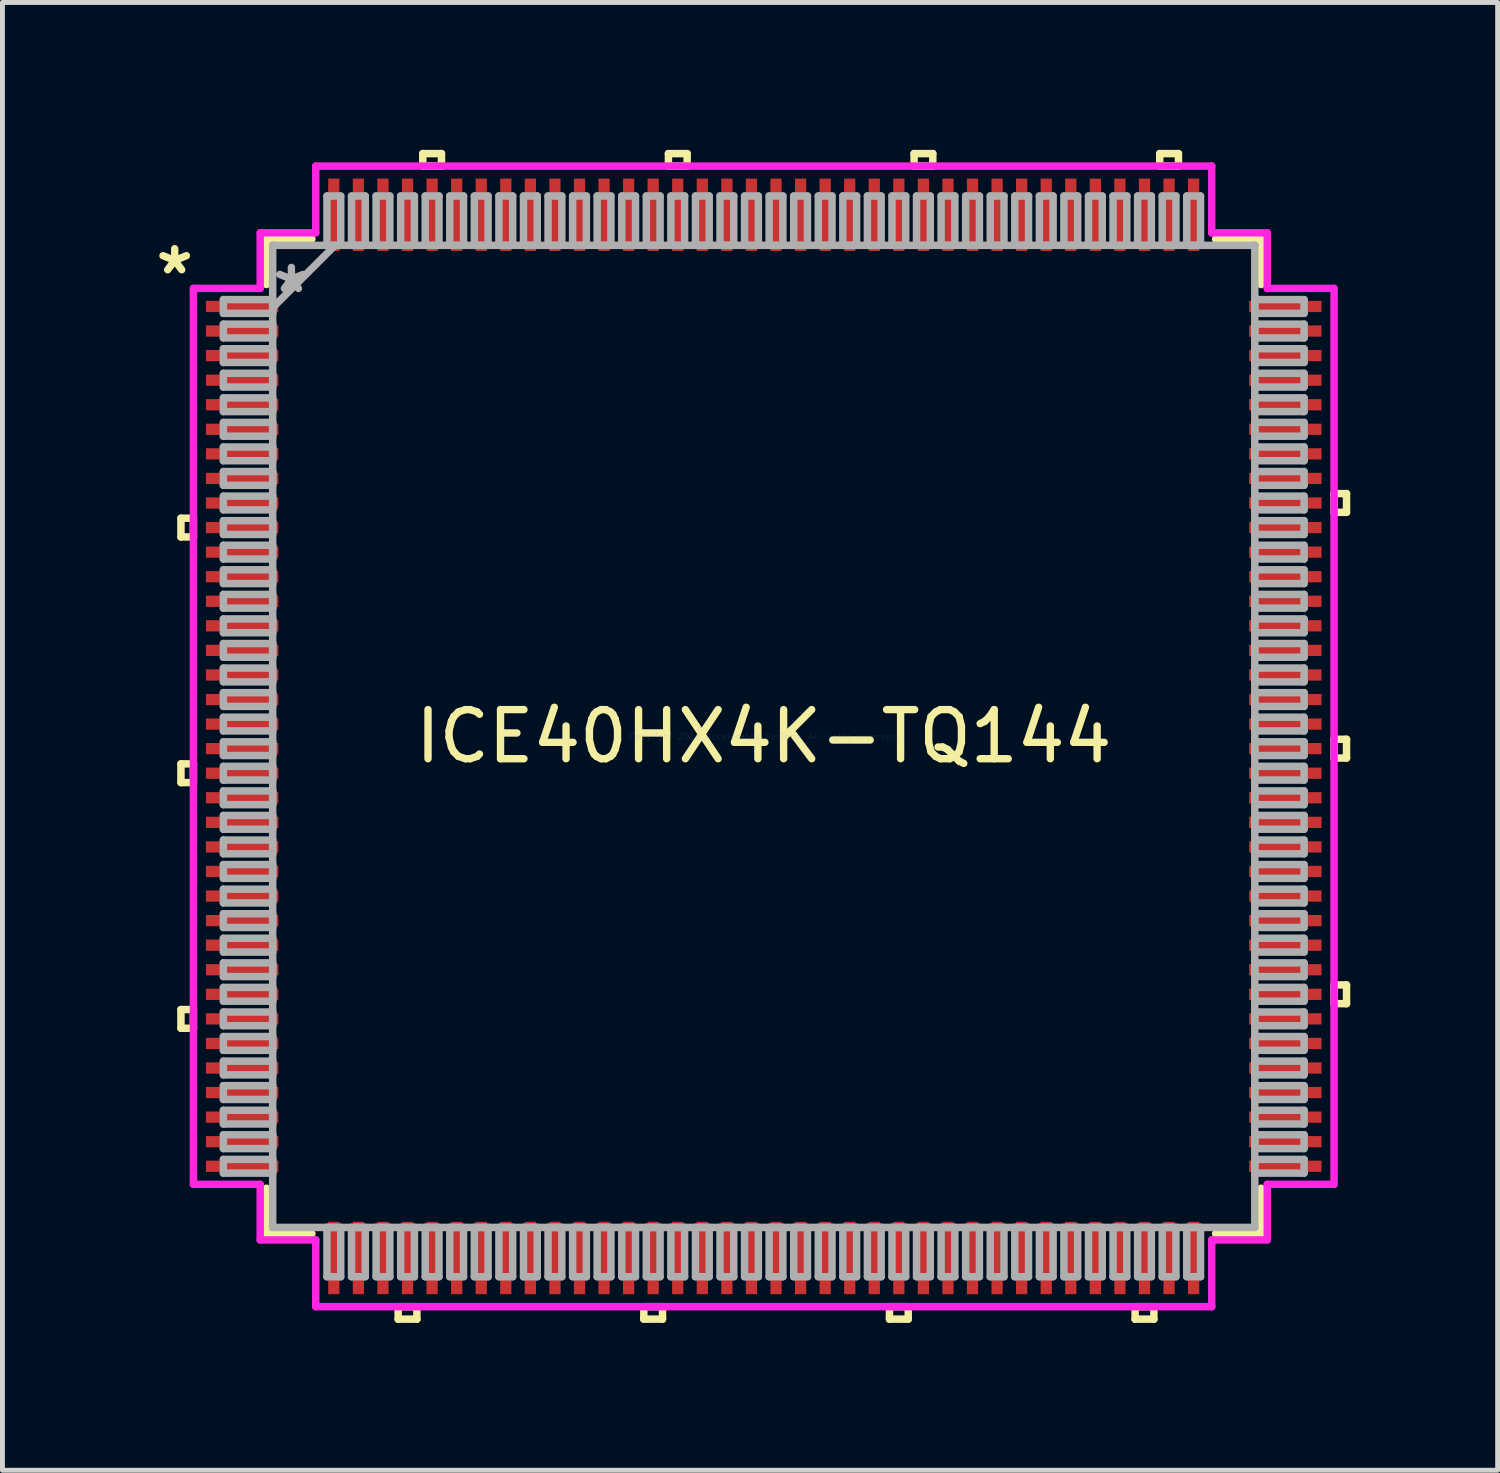
<source format=kicad_pcb>
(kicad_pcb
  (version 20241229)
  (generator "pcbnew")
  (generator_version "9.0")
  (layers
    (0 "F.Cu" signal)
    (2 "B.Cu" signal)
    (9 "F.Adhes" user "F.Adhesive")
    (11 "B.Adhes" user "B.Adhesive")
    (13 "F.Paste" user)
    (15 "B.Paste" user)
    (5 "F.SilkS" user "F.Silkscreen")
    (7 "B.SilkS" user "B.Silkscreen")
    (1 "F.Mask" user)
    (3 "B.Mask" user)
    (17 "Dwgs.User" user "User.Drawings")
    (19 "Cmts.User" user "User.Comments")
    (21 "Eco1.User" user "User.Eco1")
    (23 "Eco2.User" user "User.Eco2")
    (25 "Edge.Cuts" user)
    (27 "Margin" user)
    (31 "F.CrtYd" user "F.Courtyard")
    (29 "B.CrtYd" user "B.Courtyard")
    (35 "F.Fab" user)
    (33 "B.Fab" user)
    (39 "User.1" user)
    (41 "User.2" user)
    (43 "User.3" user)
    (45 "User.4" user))
  (footprint "ICE40HX4K-TQ144"
    (layer "F.Cu")
    (at 12.495 11.938)
    (property "Reference" "ICE40HX4K-TQ144" (at 0 0 0) (layer "F.SilkS") (effects (font (size 1 1) (thickness 0.15))))
    (attr through_hole)
    (fp_line (start -11.862 -4.44) (end -11.862 -4.059) (stroke (width 0.152) (type solid)) (layer "F.SilkS"))
    (fp_line (start -11.862 -4.059) (end -11.608 -4.059) (stroke (width 0.152) (type solid)) (layer "F.SilkS"))
    (fp_line (start -11.862 0.56) (end -11.862 0.941) (stroke (width 0.152) (type solid)) (layer "F.SilkS"))
    (fp_line (start -11.862 0.941) (end -11.608 0.941) (stroke (width 0.152) (type solid)) (layer "F.SilkS"))
    (fp_line (start -11.862 5.56) (end -11.862 5.941) (stroke (width 0.152) (type solid)) (layer "F.SilkS"))
    (fp_line (start -11.862 5.941) (end -11.608 5.941) (stroke (width 0.152) (type solid)) (layer "F.SilkS"))
    (fp_line (start -11.608 -4.44) (end -11.862 -4.44) (stroke (width 0.152) (type solid)) (layer "F.SilkS"))
    (fp_line (start -11.608 -4.059) (end -11.608 -4.44) (stroke (width 0.152) (type solid)) (layer "F.SilkS"))
    (fp_line (start -11.608 0.56) (end -11.862 0.56) (stroke (width 0.152) (type solid)) (layer "F.SilkS"))
    (fp_line (start -11.608 0.941) (end -11.608 0.56) (stroke (width 0.152) (type solid)) (layer "F.SilkS"))
    (fp_line (start -11.608 5.56) (end -11.862 5.56) (stroke (width 0.152) (type solid)) (layer "F.SilkS"))
    (fp_line (start -11.608 5.941) (end -11.608 5.56) (stroke (width 0.152) (type solid)) (layer "F.SilkS"))
    (fp_line (start -10.122 -10.122) (end -10.122 -9.197) (stroke (width 0.152) (type solid)) (layer "F.SilkS"))
    (fp_line (start -10.122 9.197) (end -10.122 10.122) (stroke (width 0.152) (type solid)) (layer "F.SilkS"))
    (fp_line (start -10.122 10.122) (end -9.197 10.122) (stroke (width 0.152) (type solid)) (layer "F.SilkS"))
    (fp_line (start -9.197 -10.122) (end -10.122 -10.122) (stroke (width 0.152) (type solid)) (layer "F.SilkS"))
    (fp_line (start -7.441 11.608) (end -7.441 11.862) (stroke (width 0.152) (type solid)) (layer "F.SilkS"))
    (fp_line (start -7.441 11.862) (end -7.06 11.862) (stroke (width 0.152) (type solid)) (layer "F.SilkS"))
    (fp_line (start -7.06 11.608) (end -7.441 11.608) (stroke (width 0.152) (type solid)) (layer "F.SilkS"))
    (fp_line (start -7.06 11.862) (end -7.06 11.608) (stroke (width 0.152) (type solid)) (layer "F.SilkS"))
    (fp_line (start -6.94 -11.862) (end -6.559 -11.862) (stroke (width 0.152) (type solid)) (layer "F.SilkS"))
    (fp_line (start -6.94 -11.608) (end -6.94 -11.862) (stroke (width 0.152) (type solid)) (layer "F.SilkS"))
    (fp_line (start -6.559 -11.862) (end -6.559 -11.608) (stroke (width 0.152) (type solid)) (layer "F.SilkS"))
    (fp_line (start -6.559 -11.608) (end -6.94 -11.608) (stroke (width 0.152) (type solid)) (layer "F.SilkS"))
    (fp_line (start -2.441 11.608) (end -2.441 11.862) (stroke (width 0.152) (type solid)) (layer "F.SilkS"))
    (fp_line (start -2.441 11.862) (end -2.06 11.862) (stroke (width 0.152) (type solid)) (layer "F.SilkS"))
    (fp_line (start -2.06 11.608) (end -2.441 11.608) (stroke (width 0.152) (type solid)) (layer "F.SilkS"))
    (fp_line (start -2.06 11.862) (end -2.06 11.608) (stroke (width 0.152) (type solid)) (layer "F.SilkS"))
    (fp_line (start -1.94 -11.862) (end -1.559 -11.862) (stroke (width 0.152) (type solid)) (layer "F.SilkS"))
    (fp_line (start -1.94 -11.608) (end -1.94 -11.862) (stroke (width 0.152) (type solid)) (layer "F.SilkS"))
    (fp_line (start -1.559 -11.862) (end -1.559 -11.608) (stroke (width 0.152) (type solid)) (layer "F.SilkS"))
    (fp_line (start -1.559 -11.608) (end -1.94 -11.608) (stroke (width 0.152) (type solid)) (layer "F.SilkS"))
    (fp_line (start 2.559 11.608) (end 2.559 11.862) (stroke (width 0.152) (type solid)) (layer "F.SilkS"))
    (fp_line (start 2.559 11.862) (end 2.941 11.862) (stroke (width 0.152) (type solid)) (layer "F.SilkS"))
    (fp_line (start 2.941 11.608) (end 2.559 11.608) (stroke (width 0.152) (type solid)) (layer "F.SilkS"))
    (fp_line (start 2.941 11.862) (end 2.941 11.608) (stroke (width 0.152) (type solid)) (layer "F.SilkS"))
    (fp_line (start 3.06 -11.862) (end 3.441 -11.862) (stroke (width 0.152) (type solid)) (layer "F.SilkS"))
    (fp_line (start 3.06 -11.608) (end 3.06 -11.862) (stroke (width 0.152) (type solid)) (layer "F.SilkS"))
    (fp_line (start 3.441 -11.862) (end 3.441 -11.608) (stroke (width 0.152) (type solid)) (layer "F.SilkS"))
    (fp_line (start 3.441 -11.608) (end 3.06 -11.608) (stroke (width 0.152) (type solid)) (layer "F.SilkS"))
    (fp_line (start 7.559 11.608) (end 7.559 11.862) (stroke (width 0.152) (type solid)) (layer "F.SilkS"))
    (fp_line (start 7.559 11.862) (end 7.941 11.862) (stroke (width 0.152) (type solid)) (layer "F.SilkS"))
    (fp_line (start 7.941 11.608) (end 7.559 11.608) (stroke (width 0.152) (type solid)) (layer "F.SilkS"))
    (fp_line (start 7.941 11.862) (end 7.941 11.608) (stroke (width 0.152) (type solid)) (layer "F.SilkS"))
    (fp_line (start 8.06 -11.862) (end 8.441 -11.862) (stroke (width 0.152) (type solid)) (layer "F.SilkS"))
    (fp_line (start 8.06 -11.608) (end 8.06 -11.862) (stroke (width 0.152) (type solid)) (layer "F.SilkS"))
    (fp_line (start 8.441 -11.862) (end 8.441 -11.608) (stroke (width 0.152) (type solid)) (layer "F.SilkS"))
    (fp_line (start 8.441 -11.608) (end 8.06 -11.608) (stroke (width 0.152) (type solid)) (layer "F.SilkS"))
    (fp_line (start 9.197 10.122) (end 10.122 10.122) (stroke (width 0.152) (type solid)) (layer "F.SilkS"))
    (fp_line (start 10.122 -10.122) (end 9.197 -10.122) (stroke (width 0.152) (type solid)) (layer "F.SilkS"))
    (fp_line (start 10.122 -9.197) (end 10.122 -10.122) (stroke (width 0.152) (type solid)) (layer "F.SilkS"))
    (fp_line (start 10.122 10.122) (end 10.122 9.197) (stroke (width 0.152) (type solid)) (layer "F.SilkS"))
    (fp_line (start 11.608 -4.941) (end 11.862 -4.941) (stroke (width 0.152) (type solid)) (layer "F.SilkS"))
    (fp_line (start 11.608 -4.56) (end 11.608 -4.941) (stroke (width 0.152) (type solid)) (layer "F.SilkS"))
    (fp_line (start 11.608 0.059) (end 11.862 0.059) (stroke (width 0.152) (type solid)) (layer "F.SilkS"))
    (fp_line (start 11.608 0.441) (end 11.608 0.059) (stroke (width 0.152) (type solid)) (layer "F.SilkS"))
    (fp_line (start 11.608 5.059) (end 11.862 5.059) (stroke (width 0.152) (type solid)) (layer "F.SilkS"))
    (fp_line (start 11.608 5.441) (end 11.608 5.059) (stroke (width 0.152) (type solid)) (layer "F.SilkS"))
    (fp_line (start 11.862 -4.941) (end 11.862 -4.56) (stroke (width 0.152) (type solid)) (layer "F.SilkS"))
    (fp_line (start 11.862 -4.56) (end 11.608 -4.56) (stroke (width 0.152) (type solid)) (layer "F.SilkS"))
    (fp_line (start 11.862 0.059) (end 11.862 0.441) (stroke (width 0.152) (type solid)) (layer "F.SilkS"))
    (fp_line (start 11.862 0.441) (end 11.608 0.441) (stroke (width 0.152) (type solid)) (layer "F.SilkS"))
    (fp_line (start 11.862 5.059) (end 11.862 5.441) (stroke (width 0.152) (type solid)) (layer "F.SilkS"))
    (fp_line (start 11.862 5.441) (end 11.608 5.441) (stroke (width 0.152) (type solid)) (layer "F.SilkS"))
    (fp_line (start -11.608 -9.118) (end -10.249 -9.118) (stroke (width 0.152) (type solid)) (layer "F.CrtYd"))
    (fp_line (start -11.608 9.118) (end -11.608 -9.118) (stroke (width 0.152) (type solid)) (layer "F.CrtYd"))
    (fp_line (start -10.249 -10.249) (end -9.118 -10.249) (stroke (width 0.152) (type solid)) (layer "F.CrtYd"))
    (fp_line (start -10.249 -9.118) (end -10.249 -10.249) (stroke (width 0.152) (type solid)) (layer "F.CrtYd"))
    (fp_line (start -10.249 9.118) (end -11.608 9.118) (stroke (width 0.152) (type solid)) (layer "F.CrtYd"))
    (fp_line (start -10.249 10.249) (end -10.249 9.118) (stroke (width 0.152) (type solid)) (layer "F.CrtYd"))
    (fp_line (start -9.118 -11.608) (end 9.118 -11.608) (stroke (width 0.152) (type solid)) (layer "F.CrtYd"))
    (fp_line (start -9.118 -10.249) (end -9.118 -11.608) (stroke (width 0.152) (type solid)) (layer "F.CrtYd"))
    (fp_line (start -9.118 10.249) (end -10.249 10.249) (stroke (width 0.152) (type solid)) (layer "F.CrtYd"))
    (fp_line (start -9.118 11.608) (end -9.118 10.249) (stroke (width 0.152) (type solid)) (layer "F.CrtYd"))
    (fp_line (start 9.118 -11.608) (end 9.118 -10.249) (stroke (width 0.152) (type solid)) (layer "F.CrtYd"))
    (fp_line (start 9.118 -10.249) (end 10.249 -10.249) (stroke (width 0.152) (type solid)) (layer "F.CrtYd"))
    (fp_line (start 9.118 10.249) (end 9.118 11.608) (stroke (width 0.152) (type solid)) (layer "F.CrtYd"))
    (fp_line (start 9.118 11.608) (end -9.118 11.608) (stroke (width 0.152) (type solid)) (layer "F.CrtYd"))
    (fp_line (start 10.249 -10.249) (end 10.249 -9.118) (stroke (width 0.152) (type solid)) (layer "F.CrtYd"))
    (fp_line (start 10.249 -9.118) (end 11.608 -9.118) (stroke (width 0.152) (type solid)) (layer "F.CrtYd"))
    (fp_line (start 10.249 9.118) (end 10.249 10.249) (stroke (width 0.152) (type solid)) (layer "F.CrtYd"))
    (fp_line (start 10.249 10.249) (end 9.118 10.249) (stroke (width 0.152) (type solid)) (layer "F.CrtYd"))
    (fp_line (start 11.608 -9.118) (end 11.608 9.118) (stroke (width 0.152) (type solid)) (layer "F.CrtYd"))
    (fp_line (start 11.608 9.118) (end 10.249 9.118) (stroke (width 0.152) (type solid)) (layer "F.CrtYd"))
    (fp_line (start -10.998 -8.89) (end -10.998 -8.61) (stroke (width 0.152) (type solid)) (layer "F.Fab"))
    (fp_line (start -10.998 -8.61) (end -9.995 -8.61) (stroke (width 0.152) (type solid)) (layer "F.Fab"))
    (fp_line (start -10.998 -8.39) (end -10.998 -8.11) (stroke (width 0.152) (type solid)) (layer "F.Fab"))
    (fp_line (start -10.998 -8.11) (end -9.995 -8.11) (stroke (width 0.152) (type solid)) (layer "F.Fab"))
    (fp_line (start -10.998 -7.89) (end -10.998 -7.61) (stroke (width 0.152) (type solid)) (layer "F.Fab"))
    (fp_line (start -10.998 -7.61) (end -9.995 -7.61) (stroke (width 0.152) (type solid)) (layer "F.Fab"))
    (fp_line (start -10.998 -7.39) (end -10.998 -7.11) (stroke (width 0.152) (type solid)) (layer "F.Fab"))
    (fp_line (start -10.998 -7.11) (end -9.995 -7.11) (stroke (width 0.152) (type solid)) (layer "F.Fab"))
    (fp_line (start -10.998 -6.89) (end -10.998 -6.61) (stroke (width 0.152) (type solid)) (layer "F.Fab"))
    (fp_line (start -10.998 -6.61) (end -9.995 -6.61) (stroke (width 0.152) (type solid)) (layer "F.Fab"))
    (fp_line (start -10.998 -6.39) (end -10.998 -6.11) (stroke (width 0.152) (type solid)) (layer "F.Fab"))
    (fp_line (start -10.998 -6.11) (end -9.995 -6.11) (stroke (width 0.152) (type solid)) (layer "F.Fab"))
    (fp_line (start -10.998 -5.89) (end -10.998 -5.61) (stroke (width 0.152) (type solid)) (layer "F.Fab"))
    (fp_line (start -10.998 -5.61) (end -9.995 -5.61) (stroke (width 0.152) (type solid)) (layer "F.Fab"))
    (fp_line (start -10.998 -5.39) (end -10.998 -5.11) (stroke (width 0.152) (type solid)) (layer "F.Fab"))
    (fp_line (start -10.998 -5.11) (end -9.995 -5.11) (stroke (width 0.152) (type solid)) (layer "F.Fab"))
    (fp_line (start -10.998 -4.89) (end -10.998 -4.61) (stroke (width 0.152) (type solid)) (layer "F.Fab"))
    (fp_line (start -10.998 -4.61) (end -9.995 -4.61) (stroke (width 0.152) (type solid)) (layer "F.Fab"))
    (fp_line (start -10.998 -4.39) (end -10.998 -4.11) (stroke (width 0.152) (type solid)) (layer "F.Fab"))
    (fp_line (start -10.998 -4.11) (end -9.995 -4.11) (stroke (width 0.152) (type solid)) (layer "F.Fab"))
    (fp_line (start -10.998 -3.89) (end -10.998 -3.61) (stroke (width 0.152) (type solid)) (layer "F.Fab"))
    (fp_line (start -10.998 -3.61) (end -9.995 -3.61) (stroke (width 0.152) (type solid)) (layer "F.Fab"))
    (fp_line (start -10.998 -3.39) (end -10.998 -3.11) (stroke (width 0.152) (type solid)) (layer "F.Fab"))
    (fp_line (start -10.998 -3.11) (end -9.995 -3.11) (stroke (width 0.152) (type solid)) (layer "F.Fab"))
    (fp_line (start -10.998 -2.89) (end -10.998 -2.61) (stroke (width 0.152) (type solid)) (layer "F.Fab"))
    (fp_line (start -10.998 -2.61) (end -9.995 -2.61) (stroke (width 0.152) (type solid)) (layer "F.Fab"))
    (fp_line (start -10.998 -2.39) (end -10.998 -2.11) (stroke (width 0.152) (type solid)) (layer "F.Fab"))
    (fp_line (start -10.998 -2.11) (end -9.995 -2.11) (stroke (width 0.152) (type solid)) (layer "F.Fab"))
    (fp_line (start -10.998 -1.89) (end -10.998 -1.61) (stroke (width 0.152) (type solid)) (layer "F.Fab"))
    (fp_line (start -10.998 -1.61) (end -9.995 -1.61) (stroke (width 0.152) (type solid)) (layer "F.Fab"))
    (fp_line (start -10.998 -1.39) (end -10.998 -1.11) (stroke (width 0.152) (type solid)) (layer "F.Fab"))
    (fp_line (start -10.998 -1.11) (end -9.995 -1.11) (stroke (width 0.152) (type solid)) (layer "F.Fab"))
    (fp_line (start -10.998 -0.89) (end -10.998 -0.61) (stroke (width 0.152) (type solid)) (layer "F.Fab"))
    (fp_line (start -10.998 -0.61) (end -9.995 -0.61) (stroke (width 0.152) (type solid)) (layer "F.Fab"))
    (fp_line (start -10.998 -0.39) (end -10.998 -0.11) (stroke (width 0.152) (type solid)) (layer "F.Fab"))
    (fp_line (start -10.998 -0.11) (end -9.995 -0.11) (stroke (width 0.152) (type solid)) (layer "F.Fab"))
    (fp_line (start -10.998 0.11) (end -10.998 0.39) (stroke (width 0.152) (type solid)) (layer "F.Fab"))
    (fp_line (start -10.998 0.39) (end -9.995 0.39) (stroke (width 0.152) (type solid)) (layer "F.Fab"))
    (fp_line (start -10.998 0.61) (end -10.998 0.89) (stroke (width 0.152) (type solid)) (layer "F.Fab"))
    (fp_line (start -10.998 0.89) (end -9.995 0.89) (stroke (width 0.152) (type solid)) (layer "F.Fab"))
    (fp_line (start -10.998 1.11) (end -10.998 1.39) (stroke (width 0.152) (type solid)) (layer "F.Fab"))
    (fp_line (start -10.998 1.39) (end -9.995 1.39) (stroke (width 0.152) (type solid)) (layer "F.Fab"))
    (fp_line (start -10.998 1.61) (end -10.998 1.89) (stroke (width 0.152) (type solid)) (layer "F.Fab"))
    (fp_line (start -10.998 1.89) (end -9.995 1.89) (stroke (width 0.152) (type solid)) (layer "F.Fab"))
    (fp_line (start -10.998 2.11) (end -10.998 2.39) (stroke (width 0.152) (type solid)) (layer "F.Fab"))
    (fp_line (start -10.998 2.39) (end -9.995 2.39) (stroke (width 0.152) (type solid)) (layer "F.Fab"))
    (fp_line (start -10.998 2.61) (end -10.998 2.89) (stroke (width 0.152) (type solid)) (layer "F.Fab"))
    (fp_line (start -10.998 2.89) (end -9.995 2.89) (stroke (width 0.152) (type solid)) (layer "F.Fab"))
    (fp_line (start -10.998 3.11) (end -10.998 3.39) (stroke (width 0.152) (type solid)) (layer "F.Fab"))
    (fp_line (start -10.998 3.39) (end -9.995 3.39) (stroke (width 0.152) (type solid)) (layer "F.Fab"))
    (fp_line (start -10.998 3.61) (end -10.998 3.89) (stroke (width 0.152) (type solid)) (layer "F.Fab"))
    (fp_line (start -10.998 3.89) (end -9.995 3.89) (stroke (width 0.152) (type solid)) (layer "F.Fab"))
    (fp_line (start -10.998 4.11) (end -10.998 4.39) (stroke (width 0.152) (type solid)) (layer "F.Fab"))
    (fp_line (start -10.998 4.39) (end -9.995 4.39) (stroke (width 0.152) (type solid)) (layer "F.Fab"))
    (fp_line (start -10.998 4.61) (end -10.998 4.89) (stroke (width 0.152) (type solid)) (layer "F.Fab"))
    (fp_line (start -10.998 4.89) (end -9.995 4.89) (stroke (width 0.152) (type solid)) (layer "F.Fab"))
    (fp_line (start -10.998 5.11) (end -10.998 5.39) (stroke (width 0.152) (type solid)) (layer "F.Fab"))
    (fp_line (start -10.998 5.39) (end -9.995 5.39) (stroke (width 0.152) (type solid)) (layer "F.Fab"))
    (fp_line (start -10.998 5.61) (end -10.998 5.89) (stroke (width 0.152) (type solid)) (layer "F.Fab"))
    (fp_line (start -10.998 5.89) (end -9.995 5.89) (stroke (width 0.152) (type solid)) (layer "F.Fab"))
    (fp_line (start -10.998 6.11) (end -10.998 6.39) (stroke (width 0.152) (type solid)) (layer "F.Fab"))
    (fp_line (start -10.998 6.39) (end -9.995 6.39) (stroke (width 0.152) (type solid)) (layer "F.Fab"))
    (fp_line (start -10.998 6.61) (end -10.998 6.89) (stroke (width 0.152) (type solid)) (layer "F.Fab"))
    (fp_line (start -10.998 6.89) (end -9.995 6.89) (stroke (width 0.152) (type solid)) (layer "F.Fab"))
    (fp_line (start -10.998 7.11) (end -10.998 7.39) (stroke (width 0.152) (type solid)) (layer "F.Fab"))
    (fp_line (start -10.998 7.39) (end -9.995 7.39) (stroke (width 0.152) (type solid)) (layer "F.Fab"))
    (fp_line (start -10.998 7.61) (end -10.998 7.89) (stroke (width 0.152) (type solid)) (layer "F.Fab"))
    (fp_line (start -10.998 7.89) (end -9.995 7.89) (stroke (width 0.152) (type solid)) (layer "F.Fab"))
    (fp_line (start -10.998 8.11) (end -10.998 8.39) (stroke (width 0.152) (type solid)) (layer "F.Fab"))
    (fp_line (start -10.998 8.39) (end -9.995 8.39) (stroke (width 0.152) (type solid)) (layer "F.Fab"))
    (fp_line (start -10.998 8.61) (end -10.998 8.89) (stroke (width 0.152) (type solid)) (layer "F.Fab"))
    (fp_line (start -10.998 8.89) (end -9.995 8.89) (stroke (width 0.152) (type solid)) (layer "F.Fab"))
    (fp_line (start -9.995 -9.995) (end -9.995 -9.995) (stroke (width 0.152) (type solid)) (layer "F.Fab"))
    (fp_line (start -9.995 -9.995) (end -9.995 9.995) (stroke (width 0.152) (type solid)) (layer "F.Fab"))
    (fp_line (start -9.995 -8.89) (end -10.998 -8.89) (stroke (width 0.152) (type solid)) (layer "F.Fab"))
    (fp_line (start -9.995 -8.725) (end -8.725 -9.995) (stroke (width 0.152) (type solid)) (layer "F.Fab"))
    (fp_line (start -9.995 -8.61) (end -9.995 -8.89) (stroke (width 0.152) (type solid)) (layer "F.Fab"))
    (fp_line (start -9.995 -8.39) (end -10.998 -8.39) (stroke (width 0.152) (type solid)) (layer "F.Fab"))
    (fp_line (start -9.995 -8.11) (end -9.995 -8.39) (stroke (width 0.152) (type solid)) (layer "F.Fab"))
    (fp_line (start -9.995 -7.89) (end -10.998 -7.89) (stroke (width 0.152) (type solid)) (layer "F.Fab"))
    (fp_line (start -9.995 -7.61) (end -9.995 -7.89) (stroke (width 0.152) (type solid)) (layer "F.Fab"))
    (fp_line (start -9.995 -7.39) (end -10.998 -7.39) (stroke (width 0.152) (type solid)) (layer "F.Fab"))
    (fp_line (start -9.995 -7.11) (end -9.995 -7.39) (stroke (width 0.152) (type solid)) (layer "F.Fab"))
    (fp_line (start -9.995 -6.89) (end -10.998 -6.89) (stroke (width 0.152) (type solid)) (layer "F.Fab"))
    (fp_line (start -9.995 -6.61) (end -9.995 -6.89) (stroke (width 0.152) (type solid)) (layer "F.Fab"))
    (fp_line (start -9.995 -6.39) (end -10.998 -6.39) (stroke (width 0.152) (type solid)) (layer "F.Fab"))
    (fp_line (start -9.995 -6.11) (end -9.995 -6.39) (stroke (width 0.152) (type solid)) (layer "F.Fab"))
    (fp_line (start -9.995 -5.89) (end -10.998 -5.89) (stroke (width 0.152) (type solid)) (layer "F.Fab"))
    (fp_line (start -9.995 -5.61) (end -9.995 -5.89) (stroke (width 0.152) (type solid)) (layer "F.Fab"))
    (fp_line (start -9.995 -5.39) (end -10.998 -5.39) (stroke (width 0.152) (type solid)) (layer "F.Fab"))
    (fp_line (start -9.995 -5.11) (end -9.995 -5.39) (stroke (width 0.152) (type solid)) (layer "F.Fab"))
    (fp_line (start -9.995 -4.89) (end -10.998 -4.89) (stroke (width 0.152) (type solid)) (layer "F.Fab"))
    (fp_line (start -9.995 -4.61) (end -9.995 -4.89) (stroke (width 0.152) (type solid)) (layer "F.Fab"))
    (fp_line (start -9.995 -4.39) (end -10.998 -4.39) (stroke (width 0.152) (type solid)) (layer "F.Fab"))
    (fp_line (start -9.995 -4.11) (end -9.995 -4.39) (stroke (width 0.152) (type solid)) (layer "F.Fab"))
    (fp_line (start -9.995 -3.89) (end -10.998 -3.89) (stroke (width 0.152) (type solid)) (layer "F.Fab"))
    (fp_line (start -9.995 -3.61) (end -9.995 -3.89) (stroke (width 0.152) (type solid)) (layer "F.Fab"))
    (fp_line (start -9.995 -3.39) (end -10.998 -3.39) (stroke (width 0.152) (type solid)) (layer "F.Fab"))
    (fp_line (start -9.995 -3.11) (end -9.995 -3.39) (stroke (width 0.152) (type solid)) (layer "F.Fab"))
    (fp_line (start -9.995 -2.89) (end -10.998 -2.89) (stroke (width 0.152) (type solid)) (layer "F.Fab"))
    (fp_line (start -9.995 -2.61) (end -9.995 -2.89) (stroke (width 0.152) (type solid)) (layer "F.Fab"))
    (fp_line (start -9.995 -2.39) (end -10.998 -2.39) (stroke (width 0.152) (type solid)) (layer "F.Fab"))
    (fp_line (start -9.995 -2.11) (end -9.995 -2.39) (stroke (width 0.152) (type solid)) (layer "F.Fab"))
    (fp_line (start -9.995 -1.89) (end -10.998 -1.89) (stroke (width 0.152) (type solid)) (layer "F.Fab"))
    (fp_line (start -9.995 -1.61) (end -9.995 -1.89) (stroke (width 0.152) (type solid)) (layer "F.Fab"))
    (fp_line (start -9.995 -1.39) (end -10.998 -1.39) (stroke (width 0.152) (type solid)) (layer "F.Fab"))
    (fp_line (start -9.995 -1.11) (end -9.995 -1.39) (stroke (width 0.152) (type solid)) (layer "F.Fab"))
    (fp_line (start -9.995 -0.89) (end -10.998 -0.89) (stroke (width 0.152) (type solid)) (layer "F.Fab"))
    (fp_line (start -9.995 -0.61) (end -9.995 -0.89) (stroke (width 0.152) (type solid)) (layer "F.Fab"))
    (fp_line (start -9.995 -0.39) (end -10.998 -0.39) (stroke (width 0.152) (type solid)) (layer "F.Fab"))
    (fp_line (start -9.995 -0.11) (end -9.995 -0.39) (stroke (width 0.152) (type solid)) (layer "F.Fab"))
    (fp_line (start -9.995 0.11) (end -10.998 0.11) (stroke (width 0.152) (type solid)) (layer "F.Fab"))
    (fp_line (start -9.995 0.39) (end -9.995 0.11) (stroke (width 0.152) (type solid)) (layer "F.Fab"))
    (fp_line (start -9.995 0.61) (end -10.998 0.61) (stroke (width 0.152) (type solid)) (layer "F.Fab"))
    (fp_line (start -9.995 0.89) (end -9.995 0.61) (stroke (width 0.152) (type solid)) (layer "F.Fab"))
    (fp_line (start -9.995 1.11) (end -10.998 1.11) (stroke (width 0.152) (type solid)) (layer "F.Fab"))
    (fp_line (start -9.995 1.39) (end -9.995 1.11) (stroke (width 0.152) (type solid)) (layer "F.Fab"))
    (fp_line (start -9.995 1.61) (end -10.998 1.61) (stroke (width 0.152) (type solid)) (layer "F.Fab"))
    (fp_line (start -9.995 1.89) (end -9.995 1.61) (stroke (width 0.152) (type solid)) (layer "F.Fab"))
    (fp_line (start -9.995 2.11) (end -10.998 2.11) (stroke (width 0.152) (type solid)) (layer "F.Fab"))
    (fp_line (start -9.995 2.39) (end -9.995 2.11) (stroke (width 0.152) (type solid)) (layer "F.Fab"))
    (fp_line (start -9.995 2.61) (end -10.998 2.61) (stroke (width 0.152) (type solid)) (layer "F.Fab"))
    (fp_line (start -9.995 2.89) (end -9.995 2.61) (stroke (width 0.152) (type solid)) (layer "F.Fab"))
    (fp_line (start -9.995 3.11) (end -10.998 3.11) (stroke (width 0.152) (type solid)) (layer "F.Fab"))
    (fp_line (start -9.995 3.39) (end -9.995 3.11) (stroke (width 0.152) (type solid)) (layer "F.Fab"))
    (fp_line (start -9.995 3.61) (end -10.998 3.61) (stroke (width 0.152) (type solid)) (layer "F.Fab"))
    (fp_line (start -9.995 3.89) (end -9.995 3.61) (stroke (width 0.152) (type solid)) (layer "F.Fab"))
    (fp_line (start -9.995 4.11) (end -10.998 4.11) (stroke (width 0.152) (type solid)) (layer "F.Fab"))
    (fp_line (start -9.995 4.39) (end -9.995 4.11) (stroke (width 0.152) (type solid)) (layer "F.Fab"))
    (fp_line (start -9.995 4.61) (end -10.998 4.61) (stroke (width 0.152) (type solid)) (layer "F.Fab"))
    (fp_line (start -9.995 4.89) (end -9.995 4.61) (stroke (width 0.152) (type solid)) (layer "F.Fab"))
    (fp_line (start -9.995 5.11) (end -10.998 5.11) (stroke (width 0.152) (type solid)) (layer "F.Fab"))
    (fp_line (start -9.995 5.39) (end -9.995 5.11) (stroke (width 0.152) (type solid)) (layer "F.Fab"))
    (fp_line (start -9.995 5.61) (end -10.998 5.61) (stroke (width 0.152) (type solid)) (layer "F.Fab"))
    (fp_line (start -9.995 5.89) (end -9.995 5.61) (stroke (width 0.152) (type solid)) (layer "F.Fab"))
    (fp_line (start -9.995 6.11) (end -10.998 6.11) (stroke (width 0.152) (type solid)) (layer "F.Fab"))
    (fp_line (start -9.995 6.39) (end -9.995 6.11) (stroke (width 0.152) (type solid)) (layer "F.Fab"))
    (fp_line (start -9.995 6.61) (end -10.998 6.61) (stroke (width 0.152) (type solid)) (layer "F.Fab"))
    (fp_line (start -9.995 6.89) (end -9.995 6.61) (stroke (width 0.152) (type solid)) (layer "F.Fab"))
    (fp_line (start -9.995 7.11) (end -10.998 7.11) (stroke (width 0.152) (type solid)) (layer "F.Fab"))
    (fp_line (start -9.995 7.39) (end -9.995 7.11) (stroke (width 0.152) (type solid)) (layer "F.Fab"))
    (fp_line (start -9.995 7.61) (end -10.998 7.61) (stroke (width 0.152) (type solid)) (layer "F.Fab"))
    (fp_line (start -9.995 7.89) (end -9.995 7.61) (stroke (width 0.152) (type solid)) (layer "F.Fab"))
    (fp_line (start -9.995 8.11) (end -10.998 8.11) (stroke (width 0.152) (type solid)) (layer "F.Fab"))
    (fp_line (start -9.995 8.39) (end -9.995 8.11) (stroke (width 0.152) (type solid)) (layer "F.Fab"))
    (fp_line (start -9.995 8.61) (end -10.998 8.61) (stroke (width 0.152) (type solid)) (layer "F.Fab"))
    (fp_line (start -9.995 8.89) (end -9.995 8.61) (stroke (width 0.152) (type solid)) (layer "F.Fab"))
    (fp_line (start -9.995 9.995) (end -9.995 9.995) (stroke (width 0.152) (type solid)) (layer "F.Fab"))
    (fp_line (start -9.995 9.995) (end 9.995 9.995) (stroke (width 0.152) (type solid)) (layer "F.Fab"))
    (fp_line (start -8.89 -10.998) (end -8.89 -9.995) (stroke (width 0.152) (type solid)) (layer "F.Fab"))
    (fp_line (start -8.89 -9.995) (end -8.61 -9.995) (stroke (width 0.152) (type solid)) (layer "F.Fab"))
    (fp_line (start -8.89 9.995) (end -8.89 10.998) (stroke (width 0.152) (type solid)) (layer "F.Fab"))
    (fp_line (start -8.89 10.998) (end -8.61 10.998) (stroke (width 0.152) (type solid)) (layer "F.Fab"))
    (fp_line (start -8.61 -10.998) (end -8.89 -10.998) (stroke (width 0.152) (type solid)) (layer "F.Fab"))
    (fp_line (start -8.61 -9.995) (end -8.61 -10.998) (stroke (width 0.152) (type solid)) (layer "F.Fab"))
    (fp_line (start -8.61 9.995) (end -8.89 9.995) (stroke (width 0.152) (type solid)) (layer "F.Fab"))
    (fp_line (start -8.61 10.998) (end -8.61 9.995) (stroke (width 0.152) (type solid)) (layer "F.Fab"))
    (fp_line (start -8.39 -10.998) (end -8.39 -9.995) (stroke (width 0.152) (type solid)) (layer "F.Fab"))
    (fp_line (start -8.39 -9.995) (end -8.11 -9.995) (stroke (width 0.152) (type solid)) (layer "F.Fab"))
    (fp_line (start -8.39 9.995) (end -8.39 10.998) (stroke (width 0.152) (type solid)) (layer "F.Fab"))
    (fp_line (start -8.39 10.998) (end -8.11 10.998) (stroke (width 0.152) (type solid)) (layer "F.Fab"))
    (fp_line (start -8.11 -10.998) (end -8.39 -10.998) (stroke (width 0.152) (type solid)) (layer "F.Fab"))
    (fp_line (start -8.11 -9.995) (end -8.11 -10.998) (stroke (width 0.152) (type solid)) (layer "F.Fab"))
    (fp_line (start -8.11 9.995) (end -8.39 9.995) (stroke (width 0.152) (type solid)) (layer "F.Fab"))
    (fp_line (start -8.11 10.998) (end -8.11 9.995) (stroke (width 0.152) (type solid)) (layer "F.Fab"))
    (fp_line (start -7.89 -10.998) (end -7.89 -9.995) (stroke (width 0.152) (type solid)) (layer "F.Fab"))
    (fp_line (start -7.89 -9.995) (end -7.61 -9.995) (stroke (width 0.152) (type solid)) (layer "F.Fab"))
    (fp_line (start -7.89 9.995) (end -7.89 10.998) (stroke (width 0.152) (type solid)) (layer "F.Fab"))
    (fp_line (start -7.89 10.998) (end -7.61 10.998) (stroke (width 0.152) (type solid)) (layer "F.Fab"))
    (fp_line (start -7.61 -10.998) (end -7.89 -10.998) (stroke (width 0.152) (type solid)) (layer "F.Fab"))
    (fp_line (start -7.61 -9.995) (end -7.61 -10.998) (stroke (width 0.152) (type solid)) (layer "F.Fab"))
    (fp_line (start -7.61 9.995) (end -7.89 9.995) (stroke (width 0.152) (type solid)) (layer "F.Fab"))
    (fp_line (start -7.61 10.998) (end -7.61 9.995) (stroke (width 0.152) (type solid)) (layer "F.Fab"))
    (fp_line (start -7.39 -10.998) (end -7.39 -9.995) (stroke (width 0.152) (type solid)) (layer "F.Fab"))
    (fp_line (start -7.39 -9.995) (end -7.11 -9.995) (stroke (width 0.152) (type solid)) (layer "F.Fab"))
    (fp_line (start -7.39 9.995) (end -7.39 10.998) (stroke (width 0.152) (type solid)) (layer "F.Fab"))
    (fp_line (start -7.39 10.998) (end -7.11 10.998) (stroke (width 0.152) (type solid)) (layer "F.Fab"))
    (fp_line (start -7.11 -10.998) (end -7.39 -10.998) (stroke (width 0.152) (type solid)) (layer "F.Fab"))
    (fp_line (start -7.11 -9.995) (end -7.11 -10.998) (stroke (width 0.152) (type solid)) (layer "F.Fab"))
    (fp_line (start -7.11 9.995) (end -7.39 9.995) (stroke (width 0.152) (type solid)) (layer "F.Fab"))
    (fp_line (start -7.11 10.998) (end -7.11 9.995) (stroke (width 0.152) (type solid)) (layer "F.Fab"))
    (fp_line (start -6.89 -10.998) (end -6.89 -9.995) (stroke (width 0.152) (type solid)) (layer "F.Fab"))
    (fp_line (start -6.89 -9.995) (end -6.61 -9.995) (stroke (width 0.152) (type solid)) (layer "F.Fab"))
    (fp_line (start -6.89 9.995) (end -6.89 10.998) (stroke (width 0.152) (type solid)) (layer "F.Fab"))
    (fp_line (start -6.89 10.998) (end -6.61 10.998) (stroke (width 0.152) (type solid)) (layer "F.Fab"))
    (fp_line (start -6.61 -10.998) (end -6.89 -10.998) (stroke (width 0.152) (type solid)) (layer "F.Fab"))
    (fp_line (start -6.61 -9.995) (end -6.61 -10.998) (stroke (width 0.152) (type solid)) (layer "F.Fab"))
    (fp_line (start -6.61 9.995) (end -6.89 9.995) (stroke (width 0.152) (type solid)) (layer "F.Fab"))
    (fp_line (start -6.61 10.998) (end -6.61 9.995) (stroke (width 0.152) (type solid)) (layer "F.Fab"))
    (fp_line (start -6.39 -10.998) (end -6.39 -9.995) (stroke (width 0.152) (type solid)) (layer "F.Fab"))
    (fp_line (start -6.39 -9.995) (end -6.11 -9.995) (stroke (width 0.152) (type solid)) (layer "F.Fab"))
    (fp_line (start -6.39 9.995) (end -6.39 10.998) (stroke (width 0.152) (type solid)) (layer "F.Fab"))
    (fp_line (start -6.39 10.998) (end -6.11 10.998) (stroke (width 0.152) (type solid)) (layer "F.Fab"))
    (fp_line (start -6.11 -10.998) (end -6.39 -10.998) (stroke (width 0.152) (type solid)) (layer "F.Fab"))
    (fp_line (start -6.11 -9.995) (end -6.11 -10.998) (stroke (width 0.152) (type solid)) (layer "F.Fab"))
    (fp_line (start -6.11 9.995) (end -6.39 9.995) (stroke (width 0.152) (type solid)) (layer "F.Fab"))
    (fp_line (start -6.11 10.998) (end -6.11 9.995) (stroke (width 0.152) (type solid)) (layer "F.Fab"))
    (fp_line (start -5.89 -10.998) (end -5.89 -9.995) (stroke (width 0.152) (type solid)) (layer "F.Fab"))
    (fp_line (start -5.89 -9.995) (end -5.61 -9.995) (stroke (width 0.152) (type solid)) (layer "F.Fab"))
    (fp_line (start -5.89 9.995) (end -5.89 10.998) (stroke (width 0.152) (type solid)) (layer "F.Fab"))
    (fp_line (start -5.89 10.998) (end -5.61 10.998) (stroke (width 0.152) (type solid)) (layer "F.Fab"))
    (fp_line (start -5.61 -10.998) (end -5.89 -10.998) (stroke (width 0.152) (type solid)) (layer "F.Fab"))
    (fp_line (start -5.61 -9.995) (end -5.61 -10.998) (stroke (width 0.152) (type solid)) (layer "F.Fab"))
    (fp_line (start -5.61 9.995) (end -5.89 9.995) (stroke (width 0.152) (type solid)) (layer "F.Fab"))
    (fp_line (start -5.61 10.998) (end -5.61 9.995) (stroke (width 0.152) (type solid)) (layer "F.Fab"))
    (fp_line (start -5.39 -10.998) (end -5.39 -9.995) (stroke (width 0.152) (type solid)) (layer "F.Fab"))
    (fp_line (start -5.39 -9.995) (end -5.11 -9.995) (stroke (width 0.152) (type solid)) (layer "F.Fab"))
    (fp_line (start -5.39 9.995) (end -5.39 10.998) (stroke (width 0.152) (type solid)) (layer "F.Fab"))
    (fp_line (start -5.39 10.998) (end -5.11 10.998) (stroke (width 0.152) (type solid)) (layer "F.Fab"))
    (fp_line (start -5.11 -10.998) (end -5.39 -10.998) (stroke (width 0.152) (type solid)) (layer "F.Fab"))
    (fp_line (start -5.11 -9.995) (end -5.11 -10.998) (stroke (width 0.152) (type solid)) (layer "F.Fab"))
    (fp_line (start -5.11 9.995) (end -5.39 9.995) (stroke (width 0.152) (type solid)) (layer "F.Fab"))
    (fp_line (start -5.11 10.998) (end -5.11 9.995) (stroke (width 0.152) (type solid)) (layer "F.Fab"))
    (fp_line (start -4.89 -10.998) (end -4.89 -9.995) (stroke (width 0.152) (type solid)) (layer "F.Fab"))
    (fp_line (start -4.89 -9.995) (end -4.61 -9.995) (stroke (width 0.152) (type solid)) (layer "F.Fab"))
    (fp_line (start -4.89 9.995) (end -4.89 10.998) (stroke (width 0.152) (type solid)) (layer "F.Fab"))
    (fp_line (start -4.89 10.998) (end -4.61 10.998) (stroke (width 0.152) (type solid)) (layer "F.Fab"))
    (fp_line (start -4.61 -10.998) (end -4.89 -10.998) (stroke (width 0.152) (type solid)) (layer "F.Fab"))
    (fp_line (start -4.61 -9.995) (end -4.61 -10.998) (stroke (width 0.152) (type solid)) (layer "F.Fab"))
    (fp_line (start -4.61 9.995) (end -4.89 9.995) (stroke (width 0.152) (type solid)) (layer "F.Fab"))
    (fp_line (start -4.61 10.998) (end -4.61 9.995) (stroke (width 0.152) (type solid)) (layer "F.Fab"))
    (fp_line (start -4.39 -10.998) (end -4.39 -9.995) (stroke (width 0.152) (type solid)) (layer "F.Fab"))
    (fp_line (start -4.39 -9.995) (end -4.11 -9.995) (stroke (width 0.152) (type solid)) (layer "F.Fab"))
    (fp_line (start -4.39 9.995) (end -4.39 10.998) (stroke (width 0.152) (type solid)) (layer "F.Fab"))
    (fp_line (start -4.39 10.998) (end -4.11 10.998) (stroke (width 0.152) (type solid)) (layer "F.Fab"))
    (fp_line (start -4.11 -10.998) (end -4.39 -10.998) (stroke (width 0.152) (type solid)) (layer "F.Fab"))
    (fp_line (start -4.11 -9.995) (end -4.11 -10.998) (stroke (width 0.152) (type solid)) (layer "F.Fab"))
    (fp_line (start -4.11 9.995) (end -4.39 9.995) (stroke (width 0.152) (type solid)) (layer "F.Fab"))
    (fp_line (start -4.11 10.998) (end -4.11 9.995) (stroke (width 0.152) (type solid)) (layer "F.Fab"))
    (fp_line (start -3.89 -10.998) (end -3.89 -9.995) (stroke (width 0.152) (type solid)) (layer "F.Fab"))
    (fp_line (start -3.89 -9.995) (end -3.61 -9.995) (stroke (width 0.152) (type solid)) (layer "F.Fab"))
    (fp_line (start -3.89 9.995) (end -3.89 10.998) (stroke (width 0.152) (type solid)) (layer "F.Fab"))
    (fp_line (start -3.89 10.998) (end -3.61 10.998) (stroke (width 0.152) (type solid)) (layer "F.Fab"))
    (fp_line (start -3.61 -10.998) (end -3.89 -10.998) (stroke (width 0.152) (type solid)) (layer "F.Fab"))
    (fp_line (start -3.61 -9.995) (end -3.61 -10.998) (stroke (width 0.152) (type solid)) (layer "F.Fab"))
    (fp_line (start -3.61 9.995) (end -3.89 9.995) (stroke (width 0.152) (type solid)) (layer "F.Fab"))
    (fp_line (start -3.61 10.998) (end -3.61 9.995) (stroke (width 0.152) (type solid)) (layer "F.Fab"))
    (fp_line (start -3.39 -10.998) (end -3.39 -9.995) (stroke (width 0.152) (type solid)) (layer "F.Fab"))
    (fp_line (start -3.39 -9.995) (end -3.11 -9.995) (stroke (width 0.152) (type solid)) (layer "F.Fab"))
    (fp_line (start -3.39 9.995) (end -3.39 10.998) (stroke (width 0.152) (type solid)) (layer "F.Fab"))
    (fp_line (start -3.39 10.998) (end -3.11 10.998) (stroke (width 0.152) (type solid)) (layer "F.Fab"))
    (fp_line (start -3.11 -10.998) (end -3.39 -10.998) (stroke (width 0.152) (type solid)) (layer "F.Fab"))
    (fp_line (start -3.11 -9.995) (end -3.11 -10.998) (stroke (width 0.152) (type solid)) (layer "F.Fab"))
    (fp_line (start -3.11 9.995) (end -3.39 9.995) (stroke (width 0.152) (type solid)) (layer "F.Fab"))
    (fp_line (start -3.11 10.998) (end -3.11 9.995) (stroke (width 0.152) (type solid)) (layer "F.Fab"))
    (fp_line (start -2.89 -10.998) (end -2.89 -9.995) (stroke (width 0.152) (type solid)) (layer "F.Fab"))
    (fp_line (start -2.89 -9.995) (end -2.61 -9.995) (stroke (width 0.152) (type solid)) (layer "F.Fab"))
    (fp_line (start -2.89 9.995) (end -2.89 10.998) (stroke (width 0.152) (type solid)) (layer "F.Fab"))
    (fp_line (start -2.89 10.998) (end -2.61 10.998) (stroke (width 0.152) (type solid)) (layer "F.Fab"))
    (fp_line (start -2.61 -10.998) (end -2.89 -10.998) (stroke (width 0.152) (type solid)) (layer "F.Fab"))
    (fp_line (start -2.61 -9.995) (end -2.61 -10.998) (stroke (width 0.152) (type solid)) (layer "F.Fab"))
    (fp_line (start -2.61 9.995) (end -2.89 9.995) (stroke (width 0.152) (type solid)) (layer "F.Fab"))
    (fp_line (start -2.61 10.998) (end -2.61 9.995) (stroke (width 0.152) (type solid)) (layer "F.Fab"))
    (fp_line (start -2.39 -10.998) (end -2.39 -9.995) (stroke (width 0.152) (type solid)) (layer "F.Fab"))
    (fp_line (start -2.39 -9.995) (end -2.11 -9.995) (stroke (width 0.152) (type solid)) (layer "F.Fab"))
    (fp_line (start -2.39 9.995) (end -2.39 10.998) (stroke (width 0.152) (type solid)) (layer "F.Fab"))
    (fp_line (start -2.39 10.998) (end -2.11 10.998) (stroke (width 0.152) (type solid)) (layer "F.Fab"))
    (fp_line (start -2.11 -10.998) (end -2.39 -10.998) (stroke (width 0.152) (type solid)) (layer "F.Fab"))
    (fp_line (start -2.11 -9.995) (end -2.11 -10.998) (stroke (width 0.152) (type solid)) (layer "F.Fab"))
    (fp_line (start -2.11 9.995) (end -2.39 9.995) (stroke (width 0.152) (type solid)) (layer "F.Fab"))
    (fp_line (start -2.11 10.998) (end -2.11 9.995) (stroke (width 0.152) (type solid)) (layer "F.Fab"))
    (fp_line (start -1.89 -10.998) (end -1.89 -9.995) (stroke (width 0.152) (type solid)) (layer "F.Fab"))
    (fp_line (start -1.89 -9.995) (end -1.61 -9.995) (stroke (width 0.152) (type solid)) (layer "F.Fab"))
    (fp_line (start -1.89 9.995) (end -1.89 10.998) (stroke (width 0.152) (type solid)) (layer "F.Fab"))
    (fp_line (start -1.89 10.998) (end -1.61 10.998) (stroke (width 0.152) (type solid)) (layer "F.Fab"))
    (fp_line (start -1.61 -10.998) (end -1.89 -10.998) (stroke (width 0.152) (type solid)) (layer "F.Fab"))
    (fp_line (start -1.61 -9.995) (end -1.61 -10.998) (stroke (width 0.152) (type solid)) (layer "F.Fab"))
    (fp_line (start -1.61 9.995) (end -1.89 9.995) (stroke (width 0.152) (type solid)) (layer "F.Fab"))
    (fp_line (start -1.61 10.998) (end -1.61 9.995) (stroke (width 0.152) (type solid)) (layer "F.Fab"))
    (fp_line (start -1.39 -10.998) (end -1.39 -9.995) (stroke (width 0.152) (type solid)) (layer "F.Fab"))
    (fp_line (start -1.39 -9.995) (end -1.11 -9.995) (stroke (width 0.152) (type solid)) (layer "F.Fab"))
    (fp_line (start -1.39 9.995) (end -1.39 10.998) (stroke (width 0.152) (type solid)) (layer "F.Fab"))
    (fp_line (start -1.39 10.998) (end -1.11 10.998) (stroke (width 0.152) (type solid)) (layer "F.Fab"))
    (fp_line (start -1.11 -10.998) (end -1.39 -10.998) (stroke (width 0.152) (type solid)) (layer "F.Fab"))
    (fp_line (start -1.11 -9.995) (end -1.11 -10.998) (stroke (width 0.152) (type solid)) (layer "F.Fab"))
    (fp_line (start -1.11 9.995) (end -1.39 9.995) (stroke (width 0.152) (type solid)) (layer "F.Fab"))
    (fp_line (start -1.11 10.998) (end -1.11 9.995) (stroke (width 0.152) (type solid)) (layer "F.Fab"))
    (fp_line (start -0.89 -10.998) (end -0.89 -9.995) (stroke (width 0.152) (type solid)) (layer "F.Fab"))
    (fp_line (start -0.89 -9.995) (end -0.61 -9.995) (stroke (width 0.152) (type solid)) (layer "F.Fab"))
    (fp_line (start -0.89 9.995) (end -0.89 10.998) (stroke (width 0.152) (type solid)) (layer "F.Fab"))
    (fp_line (start -0.89 10.998) (end -0.61 10.998) (stroke (width 0.152) (type solid)) (layer "F.Fab"))
    (fp_line (start -0.61 -10.998) (end -0.89 -10.998) (stroke (width 0.152) (type solid)) (layer "F.Fab"))
    (fp_line (start -0.61 -9.995) (end -0.61 -10.998) (stroke (width 0.152) (type solid)) (layer "F.Fab"))
    (fp_line (start -0.61 9.995) (end -0.89 9.995) (stroke (width 0.152) (type solid)) (layer "F.Fab"))
    (fp_line (start -0.61 10.998) (end -0.61 9.995) (stroke (width 0.152) (type solid)) (layer "F.Fab"))
    (fp_line (start -0.39 -10.998) (end -0.39 -9.995) (stroke (width 0.152) (type solid)) (layer "F.Fab"))
    (fp_line (start -0.39 -9.995) (end -0.11 -9.995) (stroke (width 0.152) (type solid)) (layer "F.Fab"))
    (fp_line (start -0.39 9.995) (end -0.39 10.998) (stroke (width 0.152) (type solid)) (layer "F.Fab"))
    (fp_line (start -0.39 10.998) (end -0.11 10.998) (stroke (width 0.152) (type solid)) (layer "F.Fab"))
    (fp_line (start -0.11 -10.998) (end -0.39 -10.998) (stroke (width 0.152) (type solid)) (layer "F.Fab"))
    (fp_line (start -0.11 -9.995) (end -0.11 -10.998) (stroke (width 0.152) (type solid)) (layer "F.Fab"))
    (fp_line (start -0.11 9.995) (end -0.39 9.995) (stroke (width 0.152) (type solid)) (layer "F.Fab"))
    (fp_line (start -0.11 10.998) (end -0.11 9.995) (stroke (width 0.152) (type solid)) (layer "F.Fab"))
    (fp_line (start 0.11 -10.998) (end 0.11 -9.995) (stroke (width 0.152) (type solid)) (layer "F.Fab"))
    (fp_line (start 0.11 -9.995) (end 0.39 -9.995) (stroke (width 0.152) (type solid)) (layer "F.Fab"))
    (fp_line (start 0.11 9.995) (end 0.11 10.998) (stroke (width 0.152) (type solid)) (layer "F.Fab"))
    (fp_line (start 0.11 10.998) (end 0.39 10.998) (stroke (width 0.152) (type solid)) (layer "F.Fab"))
    (fp_line (start 0.39 -10.998) (end 0.11 -10.998) (stroke (width 0.152) (type solid)) (layer "F.Fab"))
    (fp_line (start 0.39 -9.995) (end 0.39 -10.998) (stroke (width 0.152) (type solid)) (layer "F.Fab"))
    (fp_line (start 0.39 9.995) (end 0.11 9.995) (stroke (width 0.152) (type solid)) (layer "F.Fab"))
    (fp_line (start 0.39 10.998) (end 0.39 9.995) (stroke (width 0.152) (type solid)) (layer "F.Fab"))
    (fp_line (start 0.61 -10.998) (end 0.61 -9.995) (stroke (width 0.152) (type solid)) (layer "F.Fab"))
    (fp_line (start 0.61 -9.995) (end 0.89 -9.995) (stroke (width 0.152) (type solid)) (layer "F.Fab"))
    (fp_line (start 0.61 9.995) (end 0.61 10.998) (stroke (width 0.152) (type solid)) (layer "F.Fab"))
    (fp_line (start 0.61 10.998) (end 0.89 10.998) (stroke (width 0.152) (type solid)) (layer "F.Fab"))
    (fp_line (start 0.89 -10.998) (end 0.61 -10.998) (stroke (width 0.152) (type solid)) (layer "F.Fab"))
    (fp_line (start 0.89 -9.995) (end 0.89 -10.998) (stroke (width 0.152) (type solid)) (layer "F.Fab"))
    (fp_line (start 0.89 9.995) (end 0.61 9.995) (stroke (width 0.152) (type solid)) (layer "F.Fab"))
    (fp_line (start 0.89 10.998) (end 0.89 9.995) (stroke (width 0.152) (type solid)) (layer "F.Fab"))
    (fp_line (start 1.11 -10.998) (end 1.11 -9.995) (stroke (width 0.152) (type solid)) (layer "F.Fab"))
    (fp_line (start 1.11 -9.995) (end 1.39 -9.995) (stroke (width 0.152) (type solid)) (layer "F.Fab"))
    (fp_line (start 1.11 9.995) (end 1.11 10.998) (stroke (width 0.152) (type solid)) (layer "F.Fab"))
    (fp_line (start 1.11 10.998) (end 1.39 10.998) (stroke (width 0.152) (type solid)) (layer "F.Fab"))
    (fp_line (start 1.39 -10.998) (end 1.11 -10.998) (stroke (width 0.152) (type solid)) (layer "F.Fab"))
    (fp_line (start 1.39 -9.995) (end 1.39 -10.998) (stroke (width 0.152) (type solid)) (layer "F.Fab"))
    (fp_line (start 1.39 9.995) (end 1.11 9.995) (stroke (width 0.152) (type solid)) (layer "F.Fab"))
    (fp_line (start 1.39 10.998) (end 1.39 9.995) (stroke (width 0.152) (type solid)) (layer "F.Fab"))
    (fp_line (start 1.61 -10.998) (end 1.61 -9.995) (stroke (width 0.152) (type solid)) (layer "F.Fab"))
    (fp_line (start 1.61 -9.995) (end 1.89 -9.995) (stroke (width 0.152) (type solid)) (layer "F.Fab"))
    (fp_line (start 1.61 9.995) (end 1.61 10.998) (stroke (width 0.152) (type solid)) (layer "F.Fab"))
    (fp_line (start 1.61 10.998) (end 1.89 10.998) (stroke (width 0.152) (type solid)) (layer "F.Fab"))
    (fp_line (start 1.89 -10.998) (end 1.61 -10.998) (stroke (width 0.152) (type solid)) (layer "F.Fab"))
    (fp_line (start 1.89 -9.995) (end 1.89 -10.998) (stroke (width 0.152) (type solid)) (layer "F.Fab"))
    (fp_line (start 1.89 9.995) (end 1.61 9.995) (stroke (width 0.152) (type solid)) (layer "F.Fab"))
    (fp_line (start 1.89 10.998) (end 1.89 9.995) (stroke (width 0.152) (type solid)) (layer "F.Fab"))
    (fp_line (start 2.11 -10.998) (end 2.11 -9.995) (stroke (width 0.152) (type solid)) (layer "F.Fab"))
    (fp_line (start 2.11 -9.995) (end 2.39 -9.995) (stroke (width 0.152) (type solid)) (layer "F.Fab"))
    (fp_line (start 2.11 9.995) (end 2.11 10.998) (stroke (width 0.152) (type solid)) (layer "F.Fab"))
    (fp_line (start 2.11 10.998) (end 2.39 10.998) (stroke (width 0.152) (type solid)) (layer "F.Fab"))
    (fp_line (start 2.39 -10.998) (end 2.11 -10.998) (stroke (width 0.152) (type solid)) (layer "F.Fab"))
    (fp_line (start 2.39 -9.995) (end 2.39 -10.998) (stroke (width 0.152) (type solid)) (layer "F.Fab"))
    (fp_line (start 2.39 9.995) (end 2.11 9.995) (stroke (width 0.152) (type solid)) (layer "F.Fab"))
    (fp_line (start 2.39 10.998) (end 2.39 9.995) (stroke (width 0.152) (type solid)) (layer "F.Fab"))
    (fp_line (start 2.61 -10.998) (end 2.61 -9.995) (stroke (width 0.152) (type solid)) (layer "F.Fab"))
    (fp_line (start 2.61 -9.995) (end 2.89 -9.995) (stroke (width 0.152) (type solid)) (layer "F.Fab"))
    (fp_line (start 2.61 9.995) (end 2.61 10.998) (stroke (width 0.152) (type solid)) (layer "F.Fab"))
    (fp_line (start 2.61 10.998) (end 2.89 10.998) (stroke (width 0.152) (type solid)) (layer "F.Fab"))
    (fp_line (start 2.89 -10.998) (end 2.61 -10.998) (stroke (width 0.152) (type solid)) (layer "F.Fab"))
    (fp_line (start 2.89 -9.995) (end 2.89 -10.998) (stroke (width 0.152) (type solid)) (layer "F.Fab"))
    (fp_line (start 2.89 9.995) (end 2.61 9.995) (stroke (width 0.152) (type solid)) (layer "F.Fab"))
    (fp_line (start 2.89 10.998) (end 2.89 9.995) (stroke (width 0.152) (type solid)) (layer "F.Fab"))
    (fp_line (start 3.11 -10.998) (end 3.11 -9.995) (stroke (width 0.152) (type solid)) (layer "F.Fab"))
    (fp_line (start 3.11 -9.995) (end 3.39 -9.995) (stroke (width 0.152) (type solid)) (layer "F.Fab"))
    (fp_line (start 3.11 9.995) (end 3.11 10.998) (stroke (width 0.152) (type solid)) (layer "F.Fab"))
    (fp_line (start 3.11 10.998) (end 3.39 10.998) (stroke (width 0.152) (type solid)) (layer "F.Fab"))
    (fp_line (start 3.39 -10.998) (end 3.11 -10.998) (stroke (width 0.152) (type solid)) (layer "F.Fab"))
    (fp_line (start 3.39 -9.995) (end 3.39 -10.998) (stroke (width 0.152) (type solid)) (layer "F.Fab"))
    (fp_line (start 3.39 9.995) (end 3.11 9.995) (stroke (width 0.152) (type solid)) (layer "F.Fab"))
    (fp_line (start 3.39 10.998) (end 3.39 9.995) (stroke (width 0.152) (type solid)) (layer "F.Fab"))
    (fp_line (start 3.61 -10.998) (end 3.61 -9.995) (stroke (width 0.152) (type solid)) (layer "F.Fab"))
    (fp_line (start 3.61 -9.995) (end 3.89 -9.995) (stroke (width 0.152) (type solid)) (layer "F.Fab"))
    (fp_line (start 3.61 9.995) (end 3.61 10.998) (stroke (width 0.152) (type solid)) (layer "F.Fab"))
    (fp_line (start 3.61 10.998) (end 3.89 10.998) (stroke (width 0.152) (type solid)) (layer "F.Fab"))
    (fp_line (start 3.89 -10.998) (end 3.61 -10.998) (stroke (width 0.152) (type solid)) (layer "F.Fab"))
    (fp_line (start 3.89 -9.995) (end 3.89 -10.998) (stroke (width 0.152) (type solid)) (layer "F.Fab"))
    (fp_line (start 3.89 9.995) (end 3.61 9.995) (stroke (width 0.152) (type solid)) (layer "F.Fab"))
    (fp_line (start 3.89 10.998) (end 3.89 9.995) (stroke (width 0.152) (type solid)) (layer "F.Fab"))
    (fp_line (start 4.11 -10.998) (end 4.11 -9.995) (stroke (width 0.152) (type solid)) (layer "F.Fab"))
    (fp_line (start 4.11 -9.995) (end 4.39 -9.995) (stroke (width 0.152) (type solid)) (layer "F.Fab"))
    (fp_line (start 4.11 9.995) (end 4.11 10.998) (stroke (width 0.152) (type solid)) (layer "F.Fab"))
    (fp_line (start 4.11 10.998) (end 4.39 10.998) (stroke (width 0.152) (type solid)) (layer "F.Fab"))
    (fp_line (start 4.39 -10.998) (end 4.11 -10.998) (stroke (width 0.152) (type solid)) (layer "F.Fab"))
    (fp_line (start 4.39 -9.995) (end 4.39 -10.998) (stroke (width 0.152) (type solid)) (layer "F.Fab"))
    (fp_line (start 4.39 9.995) (end 4.11 9.995) (stroke (width 0.152) (type solid)) (layer "F.Fab"))
    (fp_line (start 4.39 10.998) (end 4.39 9.995) (stroke (width 0.152) (type solid)) (layer "F.Fab"))
    (fp_line (start 4.61 -10.998) (end 4.61 -9.995) (stroke (width 0.152) (type solid)) (layer "F.Fab"))
    (fp_line (start 4.61 -9.995) (end 4.89 -9.995) (stroke (width 0.152) (type solid)) (layer "F.Fab"))
    (fp_line (start 4.61 9.995) (end 4.61 10.998) (stroke (width 0.152) (type solid)) (layer "F.Fab"))
    (fp_line (start 4.61 10.998) (end 4.89 10.998) (stroke (width 0.152) (type solid)) (layer "F.Fab"))
    (fp_line (start 4.89 -10.998) (end 4.61 -10.998) (stroke (width 0.152) (type solid)) (layer "F.Fab"))
    (fp_line (start 4.89 -9.995) (end 4.89 -10.998) (stroke (width 0.152) (type solid)) (layer "F.Fab"))
    (fp_line (start 4.89 9.995) (end 4.61 9.995) (stroke (width 0.152) (type solid)) (layer "F.Fab"))
    (fp_line (start 4.89 10.998) (end 4.89 9.995) (stroke (width 0.152) (type solid)) (layer "F.Fab"))
    (fp_line (start 5.11 -10.998) (end 5.11 -9.995) (stroke (width 0.152) (type solid)) (layer "F.Fab"))
    (fp_line (start 5.11 -9.995) (end 5.39 -9.995) (stroke (width 0.152) (type solid)) (layer "F.Fab"))
    (fp_line (start 5.11 9.995) (end 5.11 10.998) (stroke (width 0.152) (type solid)) (layer "F.Fab"))
    (fp_line (start 5.11 10.998) (end 5.39 10.998) (stroke (width 0.152) (type solid)) (layer "F.Fab"))
    (fp_line (start 5.39 -10.998) (end 5.11 -10.998) (stroke (width 0.152) (type solid)) (layer "F.Fab"))
    (fp_line (start 5.39 -9.995) (end 5.39 -10.998) (stroke (width 0.152) (type solid)) (layer "F.Fab"))
    (fp_line (start 5.39 9.995) (end 5.11 9.995) (stroke (width 0.152) (type solid)) (layer "F.Fab"))
    (fp_line (start 5.39 10.998) (end 5.39 9.995) (stroke (width 0.152) (type solid)) (layer "F.Fab"))
    (fp_line (start 5.61 -10.998) (end 5.61 -9.995) (stroke (width 0.152) (type solid)) (layer "F.Fab"))
    (fp_line (start 5.61 -9.995) (end 5.89 -9.995) (stroke (width 0.152) (type solid)) (layer "F.Fab"))
    (fp_line (start 5.61 9.995) (end 5.61 10.998) (stroke (width 0.152) (type solid)) (layer "F.Fab"))
    (fp_line (start 5.61 10.998) (end 5.89 10.998) (stroke (width 0.152) (type solid)) (layer "F.Fab"))
    (fp_line (start 5.89 -10.998) (end 5.61 -10.998) (stroke (width 0.152) (type solid)) (layer "F.Fab"))
    (fp_line (start 5.89 -9.995) (end 5.89 -10.998) (stroke (width 0.152) (type solid)) (layer "F.Fab"))
    (fp_line (start 5.89 9.995) (end 5.61 9.995) (stroke (width 0.152) (type solid)) (layer "F.Fab"))
    (fp_line (start 5.89 10.998) (end 5.89 9.995) (stroke (width 0.152) (type solid)) (layer "F.Fab"))
    (fp_line (start 6.11 -10.998) (end 6.11 -9.995) (stroke (width 0.152) (type solid)) (layer "F.Fab"))
    (fp_line (start 6.11 -9.995) (end 6.39 -9.995) (stroke (width 0.152) (type solid)) (layer "F.Fab"))
    (fp_line (start 6.11 9.995) (end 6.11 10.998) (stroke (width 0.152) (type solid)) (layer "F.Fab"))
    (fp_line (start 6.11 10.998) (end 6.39 10.998) (stroke (width 0.152) (type solid)) (layer "F.Fab"))
    (fp_line (start 6.39 -10.998) (end 6.11 -10.998) (stroke (width 0.152) (type solid)) (layer "F.Fab"))
    (fp_line (start 6.39 -9.995) (end 6.39 -10.998) (stroke (width 0.152) (type solid)) (layer "F.Fab"))
    (fp_line (start 6.39 9.995) (end 6.11 9.995) (stroke (width 0.152) (type solid)) (layer "F.Fab"))
    (fp_line (start 6.39 10.998) (end 6.39 9.995) (stroke (width 0.152) (type solid)) (layer "F.Fab"))
    (fp_line (start 6.61 -10.998) (end 6.61 -9.995) (stroke (width 0.152) (type solid)) (layer "F.Fab"))
    (fp_line (start 6.61 -9.995) (end 6.89 -9.995) (stroke (width 0.152) (type solid)) (layer "F.Fab"))
    (fp_line (start 6.61 9.995) (end 6.61 10.998) (stroke (width 0.152) (type solid)) (layer "F.Fab"))
    (fp_line (start 6.61 10.998) (end 6.89 10.998) (stroke (width 0.152) (type solid)) (layer "F.Fab"))
    (fp_line (start 6.89 -10.998) (end 6.61 -10.998) (stroke (width 0.152) (type solid)) (layer "F.Fab"))
    (fp_line (start 6.89 -9.995) (end 6.89 -10.998) (stroke (width 0.152) (type solid)) (layer "F.Fab"))
    (fp_line (start 6.89 9.995) (end 6.61 9.995) (stroke (width 0.152) (type solid)) (layer "F.Fab"))
    (fp_line (start 6.89 10.998) (end 6.89 9.995) (stroke (width 0.152) (type solid)) (layer "F.Fab"))
    (fp_line (start 7.11 -10.998) (end 7.11 -9.995) (stroke (width 0.152) (type solid)) (layer "F.Fab"))
    (fp_line (start 7.11 -9.995) (end 7.39 -9.995) (stroke (width 0.152) (type solid)) (layer "F.Fab"))
    (fp_line (start 7.11 9.995) (end 7.11 10.998) (stroke (width 0.152) (type solid)) (layer "F.Fab"))
    (fp_line (start 7.11 10.998) (end 7.39 10.998) (stroke (width 0.152) (type solid)) (layer "F.Fab"))
    (fp_line (start 7.39 -10.998) (end 7.11 -10.998) (stroke (width 0.152) (type solid)) (layer "F.Fab"))
    (fp_line (start 7.39 -9.995) (end 7.39 -10.998) (stroke (width 0.152) (type solid)) (layer "F.Fab"))
    (fp_line (start 7.39 9.995) (end 7.11 9.995) (stroke (width 0.152) (type solid)) (layer "F.Fab"))
    (fp_line (start 7.39 10.998) (end 7.39 9.995) (stroke (width 0.152) (type solid)) (layer "F.Fab"))
    (fp_line (start 7.61 -10.998) (end 7.61 -9.995) (stroke (width 0.152) (type solid)) (layer "F.Fab"))
    (fp_line (start 7.61 -9.995) (end 7.89 -9.995) (stroke (width 0.152) (type solid)) (layer "F.Fab"))
    (fp_line (start 7.61 9.995) (end 7.61 10.998) (stroke (width 0.152) (type solid)) (layer "F.Fab"))
    (fp_line (start 7.61 10.998) (end 7.89 10.998) (stroke (width 0.152) (type solid)) (layer "F.Fab"))
    (fp_line (start 7.89 -10.998) (end 7.61 -10.998) (stroke (width 0.152) (type solid)) (layer "F.Fab"))
    (fp_line (start 7.89 -9.995) (end 7.89 -10.998) (stroke (width 0.152) (type solid)) (layer "F.Fab"))
    (fp_line (start 7.89 9.995) (end 7.61 9.995) (stroke (width 0.152) (type solid)) (layer "F.Fab"))
    (fp_line (start 7.89 10.998) (end 7.89 9.995) (stroke (width 0.152) (type solid)) (layer "F.Fab"))
    (fp_line (start 8.11 -10.998) (end 8.11 -9.995) (stroke (width 0.152) (type solid)) (layer "F.Fab"))
    (fp_line (start 8.11 -9.995) (end 8.39 -9.995) (stroke (width 0.152) (type solid)) (layer "F.Fab"))
    (fp_line (start 8.11 9.995) (end 8.11 10.998) (stroke (width 0.152) (type solid)) (layer "F.Fab"))
    (fp_line (start 8.11 10.998) (end 8.39 10.998) (stroke (width 0.152) (type solid)) (layer "F.Fab"))
    (fp_line (start 8.39 -10.998) (end 8.11 -10.998) (stroke (width 0.152) (type solid)) (layer "F.Fab"))
    (fp_line (start 8.39 -9.995) (end 8.39 -10.998) (stroke (width 0.152) (type solid)) (layer "F.Fab"))
    (fp_line (start 8.39 9.995) (end 8.11 9.995) (stroke (width 0.152) (type solid)) (layer "F.Fab"))
    (fp_line (start 8.39 10.998) (end 8.39 9.995) (stroke (width 0.152) (type solid)) (layer "F.Fab"))
    (fp_line (start 8.61 -10.998) (end 8.61 -9.995) (stroke (width 0.152) (type solid)) (layer "F.Fab"))
    (fp_line (start 8.61 -9.995) (end 8.89 -9.995) (stroke (width 0.152) (type solid)) (layer "F.Fab"))
    (fp_line (start 8.61 9.995) (end 8.61 10.998) (stroke (width 0.152) (type solid)) (layer "F.Fab"))
    (fp_line (start 8.61 10.998) (end 8.89 10.998) (stroke (width 0.152) (type solid)) (layer "F.Fab"))
    (fp_line (start 8.89 -10.998) (end 8.61 -10.998) (stroke (width 0.152) (type solid)) (layer "F.Fab"))
    (fp_line (start 8.89 -9.995) (end 8.89 -10.998) (stroke (width 0.152) (type solid)) (layer "F.Fab"))
    (fp_line (start 8.89 9.995) (end 8.61 9.995) (stroke (width 0.152) (type solid)) (layer "F.Fab"))
    (fp_line (start 8.89 10.998) (end 8.89 9.995) (stroke (width 0.152) (type solid)) (layer "F.Fab"))
    (fp_line (start 9.995 -9.995) (end -9.995 -9.995) (stroke (width 0.152) (type solid)) (layer "F.Fab"))
    (fp_line (start 9.995 -9.995) (end 9.995 -9.995) (stroke (width 0.152) (type solid)) (layer "F.Fab"))
    (fp_line (start 9.995 -8.89) (end 9.995 -8.61) (stroke (width 0.152) (type solid)) (layer "F.Fab"))
    (fp_line (start 9.995 -8.61) (end 10.998 -8.61) (stroke (width 0.152) (type solid)) (layer "F.Fab"))
    (fp_line (start 9.995 -8.39) (end 9.995 -8.11) (stroke (width 0.152) (type solid)) (layer "F.Fab"))
    (fp_line (start 9.995 -8.11) (end 10.998 -8.11) (stroke (width 0.152) (type solid)) (layer "F.Fab"))
    (fp_line (start 9.995 -7.89) (end 9.995 -7.61) (stroke (width 0.152) (type solid)) (layer "F.Fab"))
    (fp_line (start 9.995 -7.61) (end 10.998 -7.61) (stroke (width 0.152) (type solid)) (layer "F.Fab"))
    (fp_line (start 9.995 -7.39) (end 9.995 -7.11) (stroke (width 0.152) (type solid)) (layer "F.Fab"))
    (fp_line (start 9.995 -7.11) (end 10.998 -7.11) (stroke (width 0.152) (type solid)) (layer "F.Fab"))
    (fp_line (start 9.995 -6.89) (end 9.995 -6.61) (stroke (width 0.152) (type solid)) (layer "F.Fab"))
    (fp_line (start 9.995 -6.61) (end 10.998 -6.61) (stroke (width 0.152) (type solid)) (layer "F.Fab"))
    (fp_line (start 9.995 -6.39) (end 9.995 -6.11) (stroke (width 0.152) (type solid)) (layer "F.Fab"))
    (fp_line (start 9.995 -6.11) (end 10.998 -6.11) (stroke (width 0.152) (type solid)) (layer "F.Fab"))
    (fp_line (start 9.995 -5.89) (end 9.995 -5.61) (stroke (width 0.152) (type solid)) (layer "F.Fab"))
    (fp_line (start 9.995 -5.61) (end 10.998 -5.61) (stroke (width 0.152) (type solid)) (layer "F.Fab"))
    (fp_line (start 9.995 -5.39) (end 9.995 -5.11) (stroke (width 0.152) (type solid)) (layer "F.Fab"))
    (fp_line (start 9.995 -5.11) (end 10.998 -5.11) (stroke (width 0.152) (type solid)) (layer "F.Fab"))
    (fp_line (start 9.995 -4.89) (end 9.995 -4.61) (stroke (width 0.152) (type solid)) (layer "F.Fab"))
    (fp_line (start 9.995 -4.61) (end 10.998 -4.61) (stroke (width 0.152) (type solid)) (layer "F.Fab"))
    (fp_line (start 9.995 -4.39) (end 9.995 -4.11) (stroke (width 0.152) (type solid)) (layer "F.Fab"))
    (fp_line (start 9.995 -4.11) (end 10.998 -4.11) (stroke (width 0.152) (type solid)) (layer "F.Fab"))
    (fp_line (start 9.995 -3.89) (end 9.995 -3.61) (stroke (width 0.152) (type solid)) (layer "F.Fab"))
    (fp_line (start 9.995 -3.61) (end 10.998 -3.61) (stroke (width 0.152) (type solid)) (layer "F.Fab"))
    (fp_line (start 9.995 -3.39) (end 9.995 -3.11) (stroke (width 0.152) (type solid)) (layer "F.Fab"))
    (fp_line (start 9.995 -3.11) (end 10.998 -3.11) (stroke (width 0.152) (type solid)) (layer "F.Fab"))
    (fp_line (start 9.995 -2.89) (end 9.995 -2.61) (stroke (width 0.152) (type solid)) (layer "F.Fab"))
    (fp_line (start 9.995 -2.61) (end 10.998 -2.61) (stroke (width 0.152) (type solid)) (layer "F.Fab"))
    (fp_line (start 9.995 -2.39) (end 9.995 -2.11) (stroke (width 0.152) (type solid)) (layer "F.Fab"))
    (fp_line (start 9.995 -2.11) (end 10.998 -2.11) (stroke (width 0.152) (type solid)) (layer "F.Fab"))
    (fp_line (start 9.995 -1.89) (end 9.995 -1.61) (stroke (width 0.152) (type solid)) (layer "F.Fab"))
    (fp_line (start 9.995 -1.61) (end 10.998 -1.61) (stroke (width 0.152) (type solid)) (layer "F.Fab"))
    (fp_line (start 9.995 -1.39) (end 9.995 -1.11) (stroke (width 0.152) (type solid)) (layer "F.Fab"))
    (fp_line (start 9.995 -1.11) (end 10.998 -1.11) (stroke (width 0.152) (type solid)) (layer "F.Fab"))
    (fp_line (start 9.995 -0.89) (end 9.995 -0.61) (stroke (width 0.152) (type solid)) (layer "F.Fab"))
    (fp_line (start 9.995 -0.61) (end 10.998 -0.61) (stroke (width 0.152) (type solid)) (layer "F.Fab"))
    (fp_line (start 9.995 -0.39) (end 9.995 -0.11) (stroke (width 0.152) (type solid)) (layer "F.Fab"))
    (fp_line (start 9.995 -0.11) (end 10.998 -0.11) (stroke (width 0.152) (type solid)) (layer "F.Fab"))
    (fp_line (start 9.995 0.11) (end 9.995 0.39) (stroke (width 0.152) (type solid)) (layer "F.Fab"))
    (fp_line (start 9.995 0.39) (end 10.998 0.39) (stroke (width 0.152) (type solid)) (layer "F.Fab"))
    (fp_line (start 9.995 0.61) (end 9.995 0.89) (stroke (width 0.152) (type solid)) (layer "F.Fab"))
    (fp_line (start 9.995 0.89) (end 10.998 0.89) (stroke (width 0.152) (type solid)) (layer "F.Fab"))
    (fp_line (start 9.995 1.11) (end 9.995 1.39) (stroke (width 0.152) (type solid)) (layer "F.Fab"))
    (fp_line (start 9.995 1.39) (end 10.998 1.39) (stroke (width 0.152) (type solid)) (layer "F.Fab"))
    (fp_line (start 9.995 1.61) (end 9.995 1.89) (stroke (width 0.152) (type solid)) (layer "F.Fab"))
    (fp_line (start 9.995 1.89) (end 10.998 1.89) (stroke (width 0.152) (type solid)) (layer "F.Fab"))
    (fp_line (start 9.995 2.11) (end 9.995 2.39) (stroke (width 0.152) (type solid)) (layer "F.Fab"))
    (fp_line (start 9.995 2.39) (end 10.998 2.39) (stroke (width 0.152) (type solid)) (layer "F.Fab"))
    (fp_line (start 9.995 2.61) (end 9.995 2.89) (stroke (width 0.152) (type solid)) (layer "F.Fab"))
    (fp_line (start 9.995 2.89) (end 10.998 2.89) (stroke (width 0.152) (type solid)) (layer "F.Fab"))
    (fp_line (start 9.995 3.11) (end 9.995 3.39) (stroke (width 0.152) (type solid)) (layer "F.Fab"))
    (fp_line (start 9.995 3.39) (end 10.998 3.39) (stroke (width 0.152) (type solid)) (layer "F.Fab"))
    (fp_line (start 9.995 3.61) (end 9.995 3.89) (stroke (width 0.152) (type solid)) (layer "F.Fab"))
    (fp_line (start 9.995 3.89) (end 10.998 3.89) (stroke (width 0.152) (type solid)) (layer "F.Fab"))
    (fp_line (start 9.995 4.11) (end 9.995 4.39) (stroke (width 0.152) (type solid)) (layer "F.Fab"))
    (fp_line (start 9.995 4.39) (end 10.998 4.39) (stroke (width 0.152) (type solid)) (layer "F.Fab"))
    (fp_line (start 9.995 4.61) (end 9.995 4.89) (stroke (width 0.152) (type solid)) (layer "F.Fab"))
    (fp_line (start 9.995 4.89) (end 10.998 4.89) (stroke (width 0.152) (type solid)) (layer "F.Fab"))
    (fp_line (start 9.995 5.11) (end 9.995 5.39) (stroke (width 0.152) (type solid)) (layer "F.Fab"))
    (fp_line (start 9.995 5.39) (end 10.998 5.39) (stroke (width 0.152) (type solid)) (layer "F.Fab"))
    (fp_line (start 9.995 5.61) (end 9.995 5.89) (stroke (width 0.152) (type solid)) (layer "F.Fab"))
    (fp_line (start 9.995 5.89) (end 10.998 5.89) (stroke (width 0.152) (type solid)) (layer "F.Fab"))
    (fp_line (start 9.995 6.11) (end 9.995 6.39) (stroke (width 0.152) (type solid)) (layer "F.Fab"))
    (fp_line (start 9.995 6.39) (end 10.998 6.39) (stroke (width 0.152) (type solid)) (layer "F.Fab"))
    (fp_line (start 9.995 6.61) (end 9.995 6.89) (stroke (width 0.152) (type solid)) (layer "F.Fab"))
    (fp_line (start 9.995 6.89) (end 10.998 6.89) (stroke (width 0.152) (type solid)) (layer "F.Fab"))
    (fp_line (start 9.995 7.11) (end 9.995 7.39) (stroke (width 0.152) (type solid)) (layer "F.Fab"))
    (fp_line (start 9.995 7.39) (end 10.998 7.39) (stroke (width 0.152) (type solid)) (layer "F.Fab"))
    (fp_line (start 9.995 7.61) (end 9.995 7.89) (stroke (width 0.152) (type solid)) (layer "F.Fab"))
    (fp_line (start 9.995 7.89) (end 10.998 7.89) (stroke (width 0.152) (type solid)) (layer "F.Fab"))
    (fp_line (start 9.995 8.11) (end 9.995 8.39) (stroke (width 0.152) (type solid)) (layer "F.Fab"))
    (fp_line (start 9.995 8.39) (end 10.998 8.39) (stroke (width 0.152) (type solid)) (layer "F.Fab"))
    (fp_line (start 9.995 8.61) (end 9.995 8.89) (stroke (width 0.152) (type solid)) (layer "F.Fab"))
    (fp_line (start 9.995 8.89) (end 10.998 8.89) (stroke (width 0.152) (type solid)) (layer "F.Fab"))
    (fp_line (start 9.995 9.995) (end 9.995 -9.995) (stroke (width 0.152) (type solid)) (layer "F.Fab"))
    (fp_line (start 9.995 9.995) (end 9.995 9.995) (stroke (width 0.152) (type solid)) (layer "F.Fab"))
    (fp_line (start 10.998 -8.89) (end 9.995 -8.89) (stroke (width 0.152) (type solid)) (layer "F.Fab"))
    (fp_line (start 10.998 -8.61) (end 10.998 -8.89) (stroke (width 0.152) (type solid)) (layer "F.Fab"))
    (fp_line (start 10.998 -8.39) (end 9.995 -8.39) (stroke (width 0.152) (type solid)) (layer "F.Fab"))
    (fp_line (start 10.998 -8.11) (end 10.998 -8.39) (stroke (width 0.152) (type solid)) (layer "F.Fab"))
    (fp_line (start 10.998 -7.89) (end 9.995 -7.89) (stroke (width 0.152) (type solid)) (layer "F.Fab"))
    (fp_line (start 10.998 -7.61) (end 10.998 -7.89) (stroke (width 0.152) (type solid)) (layer "F.Fab"))
    (fp_line (start 10.998 -7.39) (end 9.995 -7.39) (stroke (width 0.152) (type solid)) (layer "F.Fab"))
    (fp_line (start 10.998 -7.11) (end 10.998 -7.39) (stroke (width 0.152) (type solid)) (layer "F.Fab"))
    (fp_line (start 10.998 -6.89) (end 9.995 -6.89) (stroke (width 0.152) (type solid)) (layer "F.Fab"))
    (fp_line (start 10.998 -6.61) (end 10.998 -6.89) (stroke (width 0.152) (type solid)) (layer "F.Fab"))
    (fp_line (start 10.998 -6.39) (end 9.995 -6.39) (stroke (width 0.152) (type solid)) (layer "F.Fab"))
    (fp_line (start 10.998 -6.11) (end 10.998 -6.39) (stroke (width 0.152) (type solid)) (layer "F.Fab"))
    (fp_line (start 10.998 -5.89) (end 9.995 -5.89) (stroke (width 0.152) (type solid)) (layer "F.Fab"))
    (fp_line (start 10.998 -5.61) (end 10.998 -5.89) (stroke (width 0.152) (type solid)) (layer "F.Fab"))
    (fp_line (start 10.998 -5.39) (end 9.995 -5.39) (stroke (width 0.152) (type solid)) (layer "F.Fab"))
    (fp_line (start 10.998 -5.11) (end 10.998 -5.39) (stroke (width 0.152) (type solid)) (layer "F.Fab"))
    (fp_line (start 10.998 -4.89) (end 9.995 -4.89) (stroke (width 0.152) (type solid)) (layer "F.Fab"))
    (fp_line (start 10.998 -4.61) (end 10.998 -4.89) (stroke (width 0.152) (type solid)) (layer "F.Fab"))
    (fp_line (start 10.998 -4.39) (end 9.995 -4.39) (stroke (width 0.152) (type solid)) (layer "F.Fab"))
    (fp_line (start 10.998 -4.11) (end 10.998 -4.39) (stroke (width 0.152) (type solid)) (layer "F.Fab"))
    (fp_line (start 10.998 -3.89) (end 9.995 -3.89) (stroke (width 0.152) (type solid)) (layer "F.Fab"))
    (fp_line (start 10.998 -3.61) (end 10.998 -3.89) (stroke (width 0.152) (type solid)) (layer "F.Fab"))
    (fp_line (start 10.998 -3.39) (end 9.995 -3.39) (stroke (width 0.152) (type solid)) (layer "F.Fab"))
    (fp_line (start 10.998 -3.11) (end 10.998 -3.39) (stroke (width 0.152) (type solid)) (layer "F.Fab"))
    (fp_line (start 10.998 -2.89) (end 9.995 -2.89) (stroke (width 0.152) (type solid)) (layer "F.Fab"))
    (fp_line (start 10.998 -2.61) (end 10.998 -2.89) (stroke (width 0.152) (type solid)) (layer "F.Fab"))
    (fp_line (start 10.998 -2.39) (end 9.995 -2.39) (stroke (width 0.152) (type solid)) (layer "F.Fab"))
    (fp_line (start 10.998 -2.11) (end 10.998 -2.39) (stroke (width 0.152) (type solid)) (layer "F.Fab"))
    (fp_line (start 10.998 -1.89) (end 9.995 -1.89) (stroke (width 0.152) (type solid)) (layer "F.Fab"))
    (fp_line (start 10.998 -1.61) (end 10.998 -1.89) (stroke (width 0.152) (type solid)) (layer "F.Fab"))
    (fp_line (start 10.998 -1.39) (end 9.995 -1.39) (stroke (width 0.152) (type solid)) (layer "F.Fab"))
    (fp_line (start 10.998 -1.11) (end 10.998 -1.39) (stroke (width 0.152) (type solid)) (layer "F.Fab"))
    (fp_line (start 10.998 -0.89) (end 9.995 -0.89) (stroke (width 0.152) (type solid)) (layer "F.Fab"))
    (fp_line (start 10.998 -0.61) (end 10.998 -0.89) (stroke (width 0.152) (type solid)) (layer "F.Fab"))
    (fp_line (start 10.998 -0.39) (end 9.995 -0.39) (stroke (width 0.152) (type solid)) (layer "F.Fab"))
    (fp_line (start 10.998 -0.11) (end 10.998 -0.39) (stroke (width 0.152) (type solid)) (layer "F.Fab"))
    (fp_line (start 10.998 0.11) (end 9.995 0.11) (stroke (width 0.152) (type solid)) (layer "F.Fab"))
    (fp_line (start 10.998 0.39) (end 10.998 0.11) (stroke (width 0.152) (type solid)) (layer "F.Fab"))
    (fp_line (start 10.998 0.61) (end 9.995 0.61) (stroke (width 0.152) (type solid)) (layer "F.Fab"))
    (fp_line (start 10.998 0.89) (end 10.998 0.61) (stroke (width 0.152) (type solid)) (layer "F.Fab"))
    (fp_line (start 10.998 1.11) (end 9.995 1.11) (stroke (width 0.152) (type solid)) (layer "F.Fab"))
    (fp_line (start 10.998 1.39) (end 10.998 1.11) (stroke (width 0.152) (type solid)) (layer "F.Fab"))
    (fp_line (start 10.998 1.61) (end 9.995 1.61) (stroke (width 0.152) (type solid)) (layer "F.Fab"))
    (fp_line (start 10.998 1.89) (end 10.998 1.61) (stroke (width 0.152) (type solid)) (layer "F.Fab"))
    (fp_line (start 10.998 2.11) (end 9.995 2.11) (stroke (width 0.152) (type solid)) (layer "F.Fab"))
    (fp_line (start 10.998 2.39) (end 10.998 2.11) (stroke (width 0.152) (type solid)) (layer "F.Fab"))
    (fp_line (start 10.998 2.61) (end 9.995 2.61) (stroke (width 0.152) (type solid)) (layer "F.Fab"))
    (fp_line (start 10.998 2.89) (end 10.998 2.61) (stroke (width 0.152) (type solid)) (layer "F.Fab"))
    (fp_line (start 10.998 3.11) (end 9.995 3.11) (stroke (width 0.152) (type solid)) (layer "F.Fab"))
    (fp_line (start 10.998 3.39) (end 10.998 3.11) (stroke (width 0.152) (type solid)) (layer "F.Fab"))
    (fp_line (start 10.998 3.61) (end 9.995 3.61) (stroke (width 0.152) (type solid)) (layer "F.Fab"))
    (fp_line (start 10.998 3.89) (end 10.998 3.61) (stroke (width 0.152) (type solid)) (layer "F.Fab"))
    (fp_line (start 10.998 4.11) (end 9.995 4.11) (stroke (width 0.152) (type solid)) (layer "F.Fab"))
    (fp_line (start 10.998 4.39) (end 10.998 4.11) (stroke (width 0.152) (type solid)) (layer "F.Fab"))
    (fp_line (start 10.998 4.61) (end 9.995 4.61) (stroke (width 0.152) (type solid)) (layer "F.Fab"))
    (fp_line (start 10.998 4.89) (end 10.998 4.61) (stroke (width 0.152) (type solid)) (layer "F.Fab"))
    (fp_line (start 10.998 5.11) (end 9.995 5.11) (stroke (width 0.152) (type solid)) (layer "F.Fab"))
    (fp_line (start 10.998 5.39) (end 10.998 5.11) (stroke (width 0.152) (type solid)) (layer "F.Fab"))
    (fp_line (start 10.998 5.61) (end 9.995 5.61) (stroke (width 0.152) (type solid)) (layer "F.Fab"))
    (fp_line (start 10.998 5.89) (end 10.998 5.61) (stroke (width 0.152) (type solid)) (layer "F.Fab"))
    (fp_line (start 10.998 6.11) (end 9.995 6.11) (stroke (width 0.152) (type solid)) (layer "F.Fab"))
    (fp_line (start 10.998 6.39) (end 10.998 6.11) (stroke (width 0.152) (type solid)) (layer "F.Fab"))
    (fp_line (start 10.998 6.61) (end 9.995 6.61) (stroke (width 0.152) (type solid)) (layer "F.Fab"))
    (fp_line (start 10.998 6.89) (end 10.998 6.61) (stroke (width 0.152) (type solid)) (layer "F.Fab"))
    (fp_line (start 10.998 7.11) (end 9.995 7.11) (stroke (width 0.152) (type solid)) (layer "F.Fab"))
    (fp_line (start 10.998 7.39) (end 10.998 7.11) (stroke (width 0.152) (type solid)) (layer "F.Fab"))
    (fp_line (start 10.998 7.61) (end 9.995 7.61) (stroke (width 0.152) (type solid)) (layer "F.Fab"))
    (fp_line (start 10.998 7.89) (end 10.998 7.61) (stroke (width 0.152) (type solid)) (layer "F.Fab"))
    (fp_line (start 10.998 8.11) (end 9.995 8.11) (stroke (width 0.152) (type solid)) (layer "F.Fab"))
    (fp_line (start 10.998 8.39) (end 10.998 8.11) (stroke (width 0.152) (type solid)) (layer "F.Fab"))
    (fp_line (start 10.998 8.61) (end 9.995 8.61) (stroke (width 0.152) (type solid)) (layer "F.Fab"))
    (fp_line (start 10.998 8.89) (end 10.998 8.61) (stroke (width 0.152) (type solid)) (layer "F.Fab"))
    (fp_text user "*" (at -11.989 -9.381 0) (layer "F.SilkS") (effects (font (size 1 1) (thickness 0.15))))
    (fp_text user "Copyright 2016 Accelerated Designs. All rights reserved." (at 0 0 0) (layer "Cmts.User") (effects (font (size 0.127 0.127) (thickness 0.002))))
    (fp_text user "*" (at -9.614 -9 0) (layer "F.Fab") (effects (font (size 1 1) (thickness 0.15))))
    (pad "1" smd rect (at -10.617 -8.75 90) (size 0.229 1.473) (layers "F.Cu" "F.Mask" "F.Paste"))
    (pad "2" smd rect (at -10.617 -8.25 90) (size 0.229 1.473) (layers "F.Cu" "F.Mask" "F.Paste"))
    (pad "3" smd rect (at -10.617 -7.75 90) (size 0.229 1.473) (layers "F.Cu" "F.Mask" "F.Paste"))
    (pad "4" smd rect (at -10.617 -7.25 90) (size 0.229 1.473) (layers "F.Cu" "F.Mask" "F.Paste"))
    (pad "5" smd rect (at -10.617 -6.75 90) (size 0.229 1.473) (layers "F.Cu" "F.Mask" "F.Paste"))
    (pad "6" smd rect (at -10.617 -6.25 90) (size 0.229 1.473) (layers "F.Cu" "F.Mask" "F.Paste"))
    (pad "7" smd rect (at -10.617 -5.75 90) (size 0.229 1.473) (layers "F.Cu" "F.Mask" "F.Paste"))
    (pad "8" smd rect (at -10.617 -5.25 90) (size 0.229 1.473) (layers "F.Cu" "F.Mask" "F.Paste"))
    (pad "9" smd rect (at -10.617 -4.75 90) (size 0.229 1.473) (layers "F.Cu" "F.Mask" "F.Paste"))
    (pad "10" smd rect (at -10.617 -4.25 90) (size 0.229 1.473) (layers "F.Cu" "F.Mask" "F.Paste"))
    (pad "11" smd rect (at -10.617 -3.75 90) (size 0.229 1.473) (layers "F.Cu" "F.Mask" "F.Paste"))
    (pad "12" smd rect (at -10.617 -3.25 90) (size 0.229 1.473) (layers "F.Cu" "F.Mask" "F.Paste"))
    (pad "13" smd rect (at -10.617 -2.75 90) (size 0.229 1.473) (layers "F.Cu" "F.Mask" "F.Paste"))
    (pad "14" smd rect (at -10.617 -2.25 90) (size 0.229 1.473) (layers "F.Cu" "F.Mask" "F.Paste"))
    (pad "15" smd rect (at -10.617 -1.75 90) (size 0.229 1.473) (layers "F.Cu" "F.Mask" "F.Paste"))
    (pad "16" smd rect (at -10.617 -1.25 90) (size 0.229 1.473) (layers "F.Cu" "F.Mask" "F.Paste"))
    (pad "17" smd rect (at -10.617 -0.75 90) (size 0.229 1.473) (layers "F.Cu" "F.Mask" "F.Paste"))
    (pad "18" smd rect (at -10.617 -0.25 90) (size 0.229 1.473) (layers "F.Cu" "F.Mask" "F.Paste"))
    (pad "19" smd rect (at -10.617 0.25 90) (size 0.229 1.473) (layers "F.Cu" "F.Mask" "F.Paste"))
    (pad "20" smd rect (at -10.617 0.75 90) (size 0.229 1.473) (layers "F.Cu" "F.Mask" "F.Paste"))
    (pad "21" smd rect (at -10.617 1.25 90) (size 0.229 1.473) (layers "F.Cu" "F.Mask" "F.Paste"))
    (pad "22" smd rect (at -10.617 1.75 90) (size 0.229 1.473) (layers "F.Cu" "F.Mask" "F.Paste"))
    (pad "23" smd rect (at -10.617 2.25 90) (size 0.229 1.473) (layers "F.Cu" "F.Mask" "F.Paste"))
    (pad "24" smd rect (at -10.617 2.75 90) (size 0.229 1.473) (layers "F.Cu" "F.Mask" "F.Paste"))
    (pad "25" smd rect (at -10.617 3.25 90) (size 0.229 1.473) (layers "F.Cu" "F.Mask" "F.Paste"))
    (pad "26" smd rect (at -10.617 3.75 90) (size 0.229 1.473) (layers "F.Cu" "F.Mask" "F.Paste"))
    (pad "27" smd rect (at -10.617 4.25 90) (size 0.229 1.473) (layers "F.Cu" "F.Mask" "F.Paste"))
    (pad "28" smd rect (at -10.617 4.75 90) (size 0.229 1.473) (layers "F.Cu" "F.Mask" "F.Paste"))
    (pad "29" smd rect (at -10.617 5.25 90) (size 0.229 1.473) (layers "F.Cu" "F.Mask" "F.Paste"))
    (pad "30" smd rect (at -10.617 5.75 90) (size 0.229 1.473) (layers "F.Cu" "F.Mask" "F.Paste"))
    (pad "31" smd rect (at -10.617 6.25 90) (size 0.229 1.473) (layers "F.Cu" "F.Mask" "F.Paste"))
    (pad "32" smd rect (at -10.617 6.75 90) (size 0.229 1.473) (layers "F.Cu" "F.Mask" "F.Paste"))
    (pad "33" smd rect (at -10.617 7.25 90) (size 0.229 1.473) (layers "F.Cu" "F.Mask" "F.Paste"))
    (pad "34" smd rect (at -10.617 7.75 90) (size 0.229 1.473) (layers "F.Cu" "F.Mask" "F.Paste"))
    (pad "35" smd rect (at -10.617 8.25 90) (size 0.229 1.473) (layers "F.Cu" "F.Mask" "F.Paste"))
    (pad "36" smd rect (at -10.617 8.75 90) (size 0.229 1.473) (layers "F.Cu" "F.Mask" "F.Paste"))
    (pad "37" smd rect (at -8.75 10.617) (size 0.229 1.473) (layers "F.Cu" "F.Mask" "F.Paste"))
    (pad "38" smd rect (at -8.25 10.617) (size 0.229 1.473) (layers "F.Cu" "F.Mask" "F.Paste"))
    (pad "39" smd rect (at -7.75 10.617) (size 0.229 1.473) (layers "F.Cu" "F.Mask" "F.Paste"))
    (pad "40" smd rect (at -7.25 10.617) (size 0.229 1.473) (layers "F.Cu" "F.Mask" "F.Paste"))
    (pad "41" smd rect (at -6.75 10.617) (size 0.229 1.473) (layers "F.Cu" "F.Mask" "F.Paste"))
    (pad "42" smd rect (at -6.25 10.617) (size 0.229 1.473) (layers "F.Cu" "F.Mask" "F.Paste"))
    (pad "43" smd rect (at -5.75 10.617) (size 0.229 1.473) (layers "F.Cu" "F.Mask" "F.Paste"))
    (pad "44" smd rect (at -5.25 10.617) (size 0.229 1.473) (layers "F.Cu" "F.Mask" "F.Paste"))
    (pad "45" smd rect (at -4.75 10.617) (size 0.229 1.473) (layers "F.Cu" "F.Mask" "F.Paste"))
    (pad "46" smd rect (at -4.25 10.617) (size 0.229 1.473) (layers "F.Cu" "F.Mask" "F.Paste"))
    (pad "47" smd rect (at -3.75 10.617) (size 0.229 1.473) (layers "F.Cu" "F.Mask" "F.Paste"))
    (pad "48" smd rect (at -3.25 10.617) (size 0.229 1.473) (layers "F.Cu" "F.Mask" "F.Paste"))
    (pad "49" smd rect (at -2.75 10.617) (size 0.229 1.473) (layers "F.Cu" "F.Mask" "F.Paste"))
    (pad "50" smd rect (at -2.25 10.617) (size 0.229 1.473) (layers "F.Cu" "F.Mask" "F.Paste"))
    (pad "51" smd rect (at -1.75 10.617) (size 0.229 1.473) (layers "F.Cu" "F.Mask" "F.Paste"))
    (pad "52" smd rect (at -1.25 10.617) (size 0.229 1.473) (layers "F.Cu" "F.Mask" "F.Paste"))
    (pad "53" smd rect (at -0.75 10.617) (size 0.229 1.473) (layers "F.Cu" "F.Mask" "F.Paste"))
    (pad "54" smd rect (at -0.25 10.617) (size 0.229 1.473) (layers "F.Cu" "F.Mask" "F.Paste"))
    (pad "55" smd rect (at 0.25 10.617) (size 0.229 1.473) (layers "F.Cu" "F.Mask" "F.Paste"))
    (pad "56" smd rect (at 0.75 10.617) (size 0.229 1.473) (layers "F.Cu" "F.Mask" "F.Paste"))
    (pad "57" smd rect (at 1.25 10.617) (size 0.229 1.473) (layers "F.Cu" "F.Mask" "F.Paste"))
    (pad "58" smd rect (at 1.75 10.617) (size 0.229 1.473) (layers "F.Cu" "F.Mask" "F.Paste"))
    (pad "59" smd rect (at 2.25 10.617) (size 0.229 1.473) (layers "F.Cu" "F.Mask" "F.Paste"))
    (pad "60" smd rect (at 2.75 10.617) (size 0.229 1.473) (layers "F.Cu" "F.Mask" "F.Paste"))
    (pad "61" smd rect (at 3.25 10.617) (size 0.229 1.473) (layers "F.Cu" "F.Mask" "F.Paste"))
    (pad "62" smd rect (at 3.75 10.617) (size 0.229 1.473) (layers "F.Cu" "F.Mask" "F.Paste"))
    (pad "63" smd rect (at 4.25 10.617) (size 0.229 1.473) (layers "F.Cu" "F.Mask" "F.Paste"))
    (pad "64" smd rect (at 4.75 10.617) (size 0.229 1.473) (layers "F.Cu" "F.Mask" "F.Paste"))
    (pad "65" smd rect (at 5.25 10.617) (size 0.229 1.473) (layers "F.Cu" "F.Mask" "F.Paste"))
    (pad "66" smd rect (at 5.75 10.617) (size 0.229 1.473) (layers "F.Cu" "F.Mask" "F.Paste"))
    (pad "67" smd rect (at 6.25 10.617) (size 0.229 1.473) (layers "F.Cu" "F.Mask" "F.Paste"))
    (pad "68" smd rect (at 6.75 10.617) (size 0.229 1.473) (layers "F.Cu" "F.Mask" "F.Paste"))
    (pad "69" smd rect (at 7.25 10.617) (size 0.229 1.473) (layers "F.Cu" "F.Mask" "F.Paste"))
    (pad "70" smd rect (at 7.75 10.617) (size 0.229 1.473) (layers "F.Cu" "F.Mask" "F.Paste"))
    (pad "71" smd rect (at 8.25 10.617) (size 0.229 1.473) (layers "F.Cu" "F.Mask" "F.Paste"))
    (pad "72" smd rect (at 8.75 10.617) (size 0.229 1.473) (layers "F.Cu" "F.Mask" "F.Paste"))
    (pad "73" smd rect (at 10.617 8.75 90) (size 0.229 1.473) (layers "F.Cu" "F.Mask" "F.Paste"))
    (pad "74" smd rect (at 10.617 8.25 90) (size 0.229 1.473) (layers "F.Cu" "F.Mask" "F.Paste"))
    (pad "75" smd rect (at 10.617 7.75 90) (size 0.229 1.473) (layers "F.Cu" "F.Mask" "F.Paste"))
    (pad "76" smd rect (at 10.617 7.25 90) (size 0.229 1.473) (layers "F.Cu" "F.Mask" "F.Paste"))
    (pad "77" smd rect (at 10.617 6.75 90) (size 0.229 1.473) (layers "F.Cu" "F.Mask" "F.Paste"))
    (pad "78" smd rect (at 10.617 6.25 90) (size 0.229 1.473) (layers "F.Cu" "F.Mask" "F.Paste"))
    (pad "79" smd rect (at 10.617 5.75 90) (size 0.229 1.473) (layers "F.Cu" "F.Mask" "F.Paste"))
    (pad "80" smd rect (at 10.617 5.25 90) (size 0.229 1.473) (layers "F.Cu" "F.Mask" "F.Paste"))
    (pad "81" smd rect (at 10.617 4.75 90) (size 0.229 1.473) (layers "F.Cu" "F.Mask" "F.Paste"))
    (pad "82" smd rect (at 10.617 4.25 90) (size 0.229 1.473) (layers "F.Cu" "F.Mask" "F.Paste"))
    (pad "83" smd rect (at 10.617 3.75 90) (size 0.229 1.473) (layers "F.Cu" "F.Mask" "F.Paste"))
    (pad "84" smd rect (at 10.617 3.25 90) (size 0.229 1.473) (layers "F.Cu" "F.Mask" "F.Paste"))
    (pad "85" smd rect (at 10.617 2.75 90) (size 0.229 1.473) (layers "F.Cu" "F.Mask" "F.Paste"))
    (pad "86" smd rect (at 10.617 2.25 90) (size 0.229 1.473) (layers "F.Cu" "F.Mask" "F.Paste"))
    (pad "87" smd rect (at 10.617 1.75 90) (size 0.229 1.473) (layers "F.Cu" "F.Mask" "F.Paste"))
    (pad "88" smd rect (at 10.617 1.25 90) (size 0.229 1.473) (layers "F.Cu" "F.Mask" "F.Paste"))
    (pad "89" smd rect (at 10.617 0.75 90) (size 0.229 1.473) (layers "F.Cu" "F.Mask" "F.Paste"))
    (pad "90" smd rect (at 10.617 0.25 90) (size 0.229 1.473) (layers "F.Cu" "F.Mask" "F.Paste"))
    (pad "91" smd rect (at 10.617 -0.25 90) (size 0.229 1.473) (layers "F.Cu" "F.Mask" "F.Paste"))
    (pad "92" smd rect (at 10.617 -0.75 90) (size 0.229 1.473) (layers "F.Cu" "F.Mask" "F.Paste"))
    (pad "93" smd rect (at 10.617 -1.25 90) (size 0.229 1.473) (layers "F.Cu" "F.Mask" "F.Paste"))
    (pad "94" smd rect (at 10.617 -1.75 90) (size 0.229 1.473) (layers "F.Cu" "F.Mask" "F.Paste"))
    (pad "95" smd rect (at 10.617 -2.25 90) (size 0.229 1.473) (layers "F.Cu" "F.Mask" "F.Paste"))
    (pad "96" smd rect (at 10.617 -2.75 90) (size 0.229 1.473) (layers "F.Cu" "F.Mask" "F.Paste"))
    (pad "97" smd rect (at 10.617 -3.25 90) (size 0.229 1.473) (layers "F.Cu" "F.Mask" "F.Paste"))
    (pad "98" smd rect (at 10.617 -3.75 90) (size 0.229 1.473) (layers "F.Cu" "F.Mask" "F.Paste"))
    (pad "99" smd rect (at 10.617 -4.25 90) (size 0.229 1.473) (layers "F.Cu" "F.Mask" "F.Paste"))
    (pad "100" smd rect (at 10.617 -4.75 90) (size 0.229 1.473) (layers "F.Cu" "F.Mask" "F.Paste"))
    (pad "101" smd rect (at 10.617 -5.25 90) (size 0.229 1.473) (layers "F.Cu" "F.Mask" "F.Paste"))
    (pad "102" smd rect (at 10.617 -5.75 90) (size 0.229 1.473) (layers "F.Cu" "F.Mask" "F.Paste"))
    (pad "103" smd rect (at 10.617 -6.25 90) (size 0.229 1.473) (layers "F.Cu" "F.Mask" "F.Paste"))
    (pad "104" smd rect (at 10.617 -6.75 90) (size 0.229 1.473) (layers "F.Cu" "F.Mask" "F.Paste"))
    (pad "105" smd rect (at 10.617 -7.25 90) (size 0.229 1.473) (layers "F.Cu" "F.Mask" "F.Paste"))
    (pad "106" smd rect (at 10.617 -7.75 90) (size 0.229 1.473) (layers "F.Cu" "F.Mask" "F.Paste"))
    (pad "107" smd rect (at 10.617 -8.25 90) (size 0.229 1.473) (layers "F.Cu" "F.Mask" "F.Paste"))
    (pad "108" smd rect (at 10.617 -8.75 90) (size 0.229 1.473) (layers "F.Cu" "F.Mask" "F.Paste"))
    (pad "109" smd rect (at 8.75 -10.617) (size 0.229 1.473) (layers "F.Cu" "F.Mask" "F.Paste"))
    (pad "110" smd rect (at 8.25 -10.617) (size 0.229 1.473) (layers "F.Cu" "F.Mask" "F.Paste"))
    (pad "111" smd rect (at 7.75 -10.617) (size 0.229 1.473) (layers "F.Cu" "F.Mask" "F.Paste"))
    (pad "112" smd rect (at 7.25 -10.617) (size 0.229 1.473) (layers "F.Cu" "F.Mask" "F.Paste"))
    (pad "113" smd rect (at 6.75 -10.617) (size 0.229 1.473) (layers "F.Cu" "F.Mask" "F.Paste"))
    (pad "114" smd rect (at 6.25 -10.617) (size 0.229 1.473) (layers "F.Cu" "F.Mask" "F.Paste"))
    (pad "115" smd rect (at 5.75 -10.617) (size 0.229 1.473) (layers "F.Cu" "F.Mask" "F.Paste"))
    (pad "116" smd rect (at 5.25 -10.617) (size 0.229 1.473) (layers "F.Cu" "F.Mask" "F.Paste"))
    (pad "117" smd rect (at 4.75 -10.617) (size 0.229 1.473) (layers "F.Cu" "F.Mask" "F.Paste"))
    (pad "118" smd rect (at 4.25 -10.617) (size 0.229 1.473) (layers "F.Cu" "F.Mask" "F.Paste"))
    (pad "119" smd rect (at 3.75 -10.617) (size 0.229 1.473) (layers "F.Cu" "F.Mask" "F.Paste"))
    (pad "120" smd rect (at 3.25 -10.617) (size 0.229 1.473) (layers "F.Cu" "F.Mask" "F.Paste"))
    (pad "121" smd rect (at 2.75 -10.617) (size 0.229 1.473) (layers "F.Cu" "F.Mask" "F.Paste"))
    (pad "122" smd rect (at 2.25 -10.617) (size 0.229 1.473) (layers "F.Cu" "F.Mask" "F.Paste"))
    (pad "123" smd rect (at 1.75 -10.617) (size 0.229 1.473) (layers "F.Cu" "F.Mask" "F.Paste"))
    (pad "124" smd rect (at 1.25 -10.617) (size 0.229 1.473) (layers "F.Cu" "F.Mask" "F.Paste"))
    (pad "125" smd rect (at 0.75 -10.617) (size 0.229 1.473) (layers "F.Cu" "F.Mask" "F.Paste"))
    (pad "126" smd rect (at 0.25 -10.617) (size 0.229 1.473) (layers "F.Cu" "F.Mask" "F.Paste"))
    (pad "127" smd rect (at -0.25 -10.617) (size 0.229 1.473) (layers "F.Cu" "F.Mask" "F.Paste"))
    (pad "128" smd rect (at -0.75 -10.617) (size 0.229 1.473) (layers "F.Cu" "F.Mask" "F.Paste"))
    (pad "129" smd rect (at -1.25 -10.617) (size 0.229 1.473) (layers "F.Cu" "F.Mask" "F.Paste"))
    (pad "130" smd rect (at -1.75 -10.617) (size 0.229 1.473) (layers "F.Cu" "F.Mask" "F.Paste"))
    (pad "131" smd rect (at -2.25 -10.617) (size 0.229 1.473) (layers "F.Cu" "F.Mask" "F.Paste"))
    (pad "132" smd rect (at -2.75 -10.617) (size 0.229 1.473) (layers "F.Cu" "F.Mask" "F.Paste"))
    (pad "133" smd rect (at -3.25 -10.617) (size 0.229 1.473) (layers "F.Cu" "F.Mask" "F.Paste"))
    (pad "134" smd rect (at -3.75 -10.617) (size 0.229 1.473) (layers "F.Cu" "F.Mask" "F.Paste"))
    (pad "135" smd rect (at -4.25 -10.617) (size 0.229 1.473) (layers "F.Cu" "F.Mask" "F.Paste"))
    (pad "136" smd rect (at -4.75 -10.617) (size 0.229 1.473) (layers "F.Cu" "F.Mask" "F.Paste"))
    (pad "137" smd rect (at -5.25 -10.617) (size 0.229 1.473) (layers "F.Cu" "F.Mask" "F.Paste"))
    (pad "138" smd rect (at -5.75 -10.617) (size 0.229 1.473) (layers "F.Cu" "F.Mask" "F.Paste"))
    (pad "139" smd rect (at -6.25 -10.617) (size 0.229 1.473) (layers "F.Cu" "F.Mask" "F.Paste"))
    (pad "140" smd rect (at -6.75 -10.617) (size 0.229 1.473) (layers "F.Cu" "F.Mask" "F.Paste"))
    (pad "141" smd rect (at -7.25 -10.617) (size 0.229 1.473) (layers "F.Cu" "F.Mask" "F.Paste"))
    (pad "142" smd rect (at -7.75 -10.617) (size 0.229 1.473) (layers "F.Cu" "F.Mask" "F.Paste"))
    (pad "143" smd rect (at -8.25 -10.617) (size 0.229 1.473) (layers "F.Cu" "F.Mask" "F.Paste"))
    (pad "144" smd rect (at -8.75 -10.617) (size 0.229 1.473) (layers "F.Cu" "F.Mask" "F.Paste")))
  (gr_rect
    (start -3 -3)
    (end 27.433 26.876)
    (stroke (width 0.1) (type default))
    (fill no)
    (layer "Edge.Cuts")))
</source>
